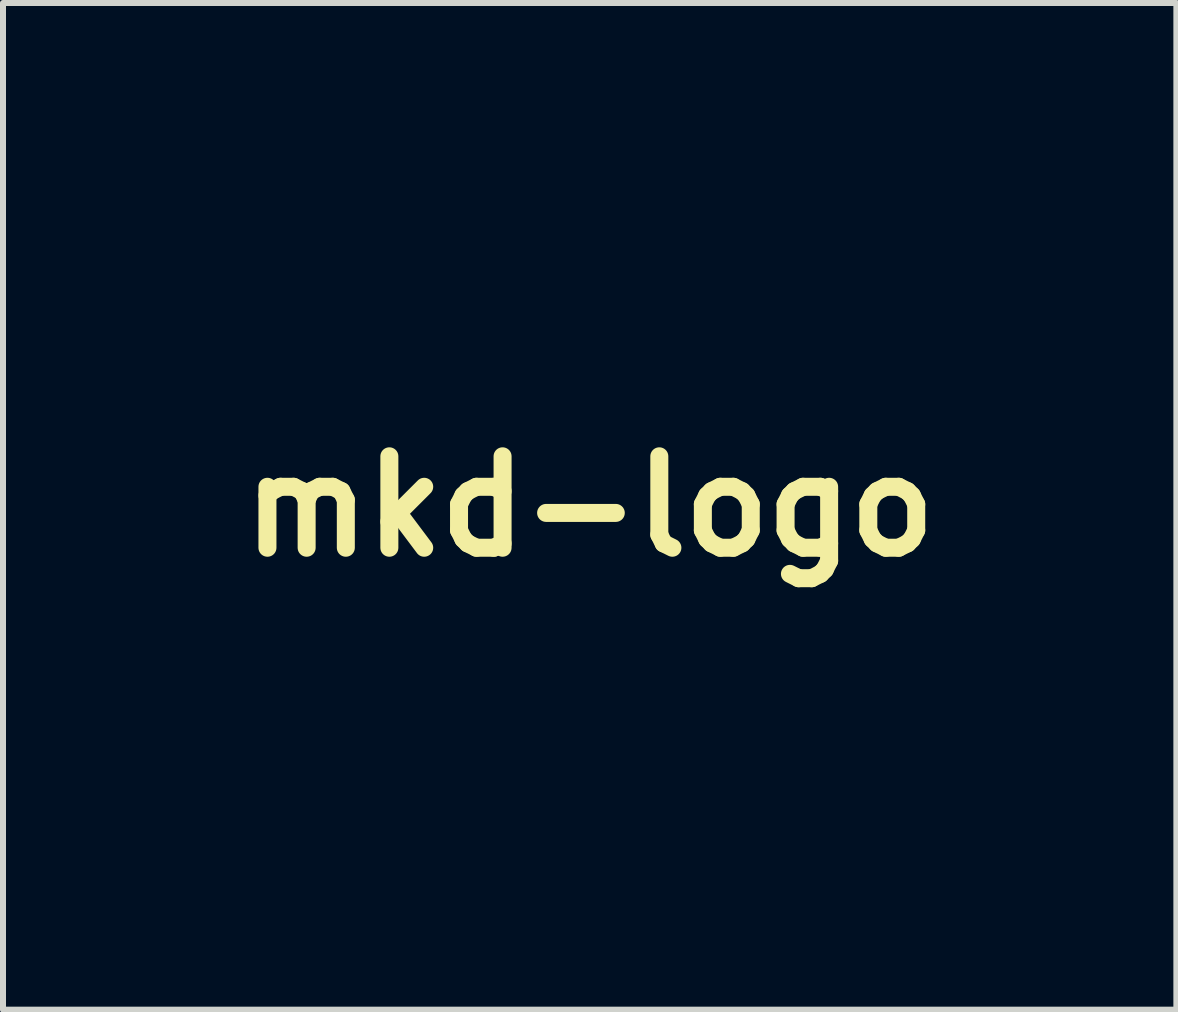
<source format=kicad_pcb>
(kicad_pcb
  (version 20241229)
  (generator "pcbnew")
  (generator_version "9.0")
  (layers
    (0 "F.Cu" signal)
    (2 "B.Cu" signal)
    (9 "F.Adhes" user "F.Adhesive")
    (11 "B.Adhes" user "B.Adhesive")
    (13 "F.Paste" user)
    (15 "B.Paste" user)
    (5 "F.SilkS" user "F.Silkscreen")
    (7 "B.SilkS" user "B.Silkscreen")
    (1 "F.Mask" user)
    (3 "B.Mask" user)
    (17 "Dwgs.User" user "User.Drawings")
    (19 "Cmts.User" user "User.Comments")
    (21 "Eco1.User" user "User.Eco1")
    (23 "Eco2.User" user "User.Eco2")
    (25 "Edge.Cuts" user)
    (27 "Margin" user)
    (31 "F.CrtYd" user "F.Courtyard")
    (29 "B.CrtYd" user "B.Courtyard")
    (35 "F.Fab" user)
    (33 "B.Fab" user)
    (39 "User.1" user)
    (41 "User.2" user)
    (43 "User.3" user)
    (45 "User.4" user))
  (footprint "mkd-logo"
    (layer "F.Cu")
    (at 6.778 5.39)
    (property "Reference" "mkd-logo" (at 0 0 0) (layer "F.SilkS") (effects (font (size 1.524 1.524) (thickness 0.3))))
    (attr through_hole)
    (fp_poly (pts (xy 0.991 2.805) (xy 1.05 2.805) (xy 1.103 2.806) (xy 1.149 2.806) (xy 1.19 2.806) (xy 1.227 2.806) (xy 1.258 2.807) (xy 1.286 2.807) (xy 1.311 2.808) (xy 1.332 2.808) (xy 1.351 2.809) (xy 1.367 2.81) (xy 1.382 2.811) (xy 1.396 2.813) (xy 1.409 2.814) (xy 1.422 2.816) (xy 1.435 2.818) (xy 1.449 2.82) (xy 1.464 2.823) (xy 1.473 2.825) (xy 1.546 2.84) (xy 1.618 2.862) (xy 1.689 2.888) (xy 1.758 2.918) (xy 1.824 2.953) (xy 1.885 2.991) (xy 1.918 3.015) (xy 1.961 3.051) (xy 2.002 3.091) (xy 2.042 3.137) (xy 2.08 3.186) (xy 2.115 3.237) (xy 2.145 3.289) (xy 2.17 3.341) (xy 2.179 3.362) (xy 2.192 3.398) (xy 2.205 3.437) (xy 2.217 3.477) (xy 2.228 3.517) (xy 2.237 3.555) (xy 2.244 3.59) (xy 2.247 3.605) (xy 2.252 3.65) (xy 2.257 3.698) (xy 2.259 3.747) (xy 2.26 3.796) (xy 2.26 3.843) (xy 2.257 3.886) (xy 2.254 3.918) (xy 2.242 3.997) (xy 2.224 4.072) (xy 2.201 4.143) (xy 2.173 4.21) (xy 2.14 4.273) (xy 2.102 4.332) (xy 2.1 4.336) (xy 2.07 4.373) (xy 2.036 4.412) (xy 1.997 4.45) (xy 1.956 4.487) (xy 1.913 4.522) (xy 1.903 4.53) (xy 1.841 4.572) (xy 1.775 4.609) (xy 1.705 4.641) (xy 1.632 4.667) (xy 1.556 4.689) (xy 1.477 4.704) (xy 1.399 4.714) (xy 1.389 4.715) (xy 1.372 4.715) (xy 1.35 4.716) (xy 1.322 4.716) (xy 1.288 4.717) (xy 1.249 4.717) (xy 1.205 4.717) (xy 1.156 4.717) (xy 1.104 4.717) (xy 1.047 4.718) (xy 0.997 4.718) (xy 0.633 4.718) (xy 0.633 4.352) (xy 1.013 4.352) (xy 1.149 4.352) (xy 1.181 4.352) (xy 1.212 4.352) (xy 1.241 4.351) (xy 1.268 4.351) (xy 1.291 4.35) (xy 1.31 4.349) (xy 1.323 4.348) (xy 1.324 4.348) (xy 1.352 4.345) (xy 1.382 4.341) (xy 1.413 4.336) (xy 1.442 4.331) (xy 1.468 4.325) (xy 1.487 4.32) (xy 1.525 4.307) (xy 1.565 4.29) (xy 1.604 4.27) (xy 1.641 4.248) (xy 1.659 4.236) (xy 1.69 4.212) (xy 1.721 4.183) (xy 1.75 4.151) (xy 1.776 4.118) (xy 1.797 4.085) (xy 1.804 4.072) (xy 1.818 4.042) (xy 1.831 4.007) (xy 1.843 3.968) (xy 1.854 3.928) (xy 1.863 3.887) (xy 1.868 3.855) (xy 1.872 3.807) (xy 1.873 3.758) (xy 1.871 3.707) (xy 1.866 3.656) (xy 1.858 3.607) (xy 1.847 3.56) (xy 1.834 3.517) (xy 1.819 3.479) (xy 1.815 3.471) (xy 1.791 3.427) (xy 1.762 3.386) (xy 1.731 3.347) (xy 1.698 3.313) (xy 1.664 3.283) (xy 1.639 3.265) (xy 1.608 3.246) (xy 1.579 3.23) (xy 1.55 3.216) (xy 1.52 3.204) (xy 1.488 3.194) (xy 1.451 3.184) (xy 1.424 3.178) (xy 1.367 3.165) (xy 1.19 3.164) (xy 1.013 3.163) (xy 1.013 4.352) (xy 0.633 4.352) (xy 0.633 2.804) (xy 0.991 2.805)) (stroke (width 0.01) (type solid)) (fill no) (layer "Eco2.User"))
    (fp_poly (pts (xy 0.169 -0.564) (xy 0.169 -0.503) (xy 0.169 -0.449) (xy 0.17 -0.401) (xy 0.17 -0.359) (xy 0.17 -0.323) (xy 0.17 -0.292) (xy 0.171 -0.268) (xy 0.171 -0.248) (xy 0.172 -0.234) (xy 0.172 -0.225) (xy 0.173 -0.22) (xy 0.173 -0.219) (xy 0.174 -0.216) (xy 0.175 -0.208) (xy 0.173 -0.194) (xy 0.171 -0.182) (xy 0.169 -0.166) (xy 0.167 -0.153) (xy 0.166 -0.143) (xy 0.166 -0.14) (xy 0.168 -0.14) (xy 0.173 -0.145) (xy 0.18 -0.154) (xy 0.188 -0.164) (xy 0.193 -0.17) (xy 0.202 -0.181) (xy 0.215 -0.197) (xy 0.232 -0.216) (xy 0.252 -0.239) (xy 0.275 -0.266) (xy 0.301 -0.296) (xy 0.329 -0.329) (xy 0.36 -0.364) (xy 0.393 -0.401) (xy 0.427 -0.441) (xy 0.463 -0.482) (xy 0.5 -0.524) (xy 0.524 -0.551) (xy 0.838 -0.907) (xy 1.083 -0.907) (xy 1.136 -0.907) (xy 1.182 -0.907) (xy 1.223 -0.907) (xy 1.256 -0.907) (xy 1.284 -0.906) (xy 1.304 -0.906) (xy 1.318 -0.905) (xy 1.326 -0.905) (xy 1.327 -0.904) (xy 1.325 -0.901) (xy 1.318 -0.894) (xy 1.307 -0.882) (xy 1.292 -0.866) (xy 1.274 -0.846) (xy 1.252 -0.822) (xy 1.227 -0.794) (xy 1.199 -0.764) (xy 1.169 -0.731) (xy 1.136 -0.694) (xy 1.1 -0.656) (xy 1.063 -0.615) (xy 1.024 -0.573) (xy 0.984 -0.529) (xy 0.942 -0.483) (xy 0.935 -0.476) (xy 0.893 -0.43) (xy 0.852 -0.386) (xy 0.813 -0.343) (xy 0.775 -0.302) (xy 0.74 -0.263) (xy 0.706 -0.227) (xy 0.675 -0.193) (xy 0.647 -0.162) (xy 0.622 -0.134) (xy 0.599 -0.11) (xy 0.581 -0.089) (xy 0.565 -0.072) (xy 0.554 -0.059) (xy 0.547 -0.051) (xy 0.544 -0.048) (xy 0.544 -0.048) (xy 0.546 -0.045) (xy 0.551 -0.036) (xy 0.561 -0.023) (xy 0.574 -0.006) (xy 0.59 0.016) (xy 0.61 0.042) (xy 0.632 0.072) (xy 0.657 0.106) (xy 0.685 0.142) (xy 0.715 0.182) (xy 0.747 0.225) (xy 0.781 0.27) (xy 0.816 0.318) (xy 0.854 0.367) (xy 0.892 0.418) (xy 0.932 0.471) (xy 0.939 0.48) (xy 0.979 0.533) (xy 1.018 0.585) (xy 1.055 0.635) (xy 1.091 0.682) (xy 1.125 0.728) (xy 1.157 0.771) (xy 1.188 0.811) (xy 1.216 0.849) (xy 1.241 0.883) (xy 1.264 0.913) (xy 1.284 0.94) (xy 1.301 0.962) (xy 1.315 0.981) (xy 1.325 0.994) (xy 1.332 1.003) (xy 1.334 1.007) (xy 1.334 1.007) (xy 1.331 1.008) (xy 1.322 1.008) (xy 1.306 1.008) (xy 1.286 1.008) (xy 1.261 1.009) (xy 1.232 1.009) (xy 1.199 1.009) (xy 1.163 1.009) (xy 1.125 1.009) (xy 1.093 1.009) (xy 0.852 1.009) (xy 0.577 0.629) (xy 0.544 0.584) (xy 0.512 0.539) (xy 0.481 0.496) (xy 0.451 0.455) (xy 0.423 0.416) (xy 0.397 0.38) (xy 0.373 0.346) (xy 0.351 0.316) (xy 0.332 0.289) (xy 0.315 0.266) (xy 0.302 0.248) (xy 0.292 0.234) (xy 0.285 0.225) (xy 0.283 0.223) (xy 0.264 0.195) (xy 0.216 0.242) (xy 0.169 0.289) (xy 0.169 1.009) (xy -0.217 1.009) (xy -0.217 -0.908) (xy 0.169 -0.908) (xy 0.169 -0.564)) (stroke (width 0.01) (type solid)) (fill no) (layer "Eco2.User"))
    (fp_poly (pts (xy 5.129 2.025) (xy 5.219 2.025) (xy 5.303 2.025) (xy 5.381 2.025) (xy 5.453 2.025) (xy 5.519 2.025) (xy 5.58 2.025) (xy 5.636 2.025) (xy 5.687 2.025) (xy 5.734 2.026) (xy 5.775 2.026) (xy 5.813 2.026) (xy 5.847 2.026) (xy 5.877 2.026) (xy 5.904 2.026) (xy 5.927 2.026) (xy 5.947 2.027) (xy 5.965 2.027) (xy 5.98 2.027) (xy 5.993 2.027) (xy 6.003 2.028) (xy 6.012 2.028) (xy 6.02 2.029) (xy 6.026 2.029) (xy 6.03 2.03) (xy 6.034 2.03) (xy 6.037 2.031) (xy 6.04 2.031) (xy 6.043 2.032) (xy 6.043 2.032) (xy 6.075 2.043) (xy 6.103 2.058) (xy 6.128 2.078) (xy 6.135 2.084) (xy 6.158 2.112) (xy 6.175 2.141) (xy 6.186 2.173) (xy 6.19 2.208) (xy 6.191 2.222) (xy 6.188 2.258) (xy 6.178 2.292) (xy 6.163 2.324) (xy 6.143 2.352) (xy 6.117 2.376) (xy 6.087 2.395) (xy 6.052 2.41) (xy 6.05 2.411) (xy 6.048 2.411) (xy 6.045 2.412) (xy 6.041 2.412) (xy 6.036 2.413) (xy 6.029 2.413) (xy 6.022 2.414) (xy 6.012 2.414) (xy 6 2.414) (xy 5.987 2.415) (xy 5.97 2.415) (xy 5.951 2.415) (xy 5.929 2.415) (xy 5.904 2.416) (xy 5.875 2.416) (xy 5.843 2.416) (xy 5.807 2.416) (xy 5.767 2.416) (xy 5.723 2.417) (xy 5.674 2.417) (xy 5.62 2.417) (xy 5.561 2.417) (xy 5.497 2.417) (xy 5.428 2.417) (xy 5.352 2.418) (xy 5.271 2.418) (xy 5.184 2.418) (xy 5.09 2.418) (xy 5.029 2.418) (xy 4.025 2.42) (xy 3.993 2.431) (xy 3.952 2.449) (xy 3.914 2.472) (xy 3.882 2.5) (xy 3.854 2.532) (xy 3.831 2.57) (xy 3.813 2.611) (xy 3.813 2.611) (xy 3.802 2.643) (xy 3.798 4.645) (xy 3.791 4.667) (xy 3.775 4.701) (xy 3.755 4.732) (xy 3.73 4.757) (xy 3.7 4.778) (xy 3.669 4.792) (xy 3.653 4.797) (xy 3.631 4.8) (xy 3.608 4.801) (xy 3.585 4.801) (xy 3.564 4.799) (xy 3.553 4.797) (xy 3.519 4.784) (xy 3.488 4.766) (xy 3.461 4.742) (xy 3.439 4.714) (xy 3.421 4.68) (xy 3.418 4.671) (xy 3.409 4.648) (xy 3.408 3.663) (xy 3.408 3.556) (xy 3.407 3.455) (xy 3.407 3.361) (xy 3.407 3.274) (xy 3.407 3.192) (xy 3.407 3.117) (xy 3.407 3.048) (xy 3.408 2.984) (xy 3.408 2.927) (xy 3.408 2.875) (xy 3.408 2.828) (xy 3.408 2.787) (xy 3.408 2.751) (xy 3.409 2.72) (xy 3.409 2.694) (xy 3.409 2.672) (xy 3.41 2.656) (xy 3.41 2.643) (xy 3.41 2.636) (xy 3.41 2.635) (xy 3.42 2.569) (xy 3.435 2.504) (xy 3.457 2.442) (xy 3.485 2.383) (xy 3.518 2.327) (xy 3.556 2.274) (xy 3.6 2.225) (xy 3.649 2.18) (xy 3.703 2.14) (xy 3.739 2.117) (xy 3.796 2.087) (xy 3.856 2.063) (xy 3.918 2.045) (xy 3.983 2.032) (xy 4.013 2.029) (xy 4.02 2.028) (xy 4.034 2.028) (xy 4.054 2.028) (xy 4.081 2.027) (xy 4.114 2.027) (xy 4.154 2.027) (xy 4.201 2.026) (xy 4.254 2.026) (xy 4.313 2.026) (xy 4.379 2.026) (xy 4.452 2.026) (xy 4.532 2.026) (xy 4.618 2.025) (xy 4.711 2.025) (xy 4.81 2.025) (xy 4.916 2.025) (xy 5.03 2.025) (xy 5.032 2.025) (xy 5.129 2.025)) (stroke (width 0.01) (type solid)) (fill no) (layer "Eco2.User"))
    (fp_poly (pts (xy -0.412 -4.676) (xy -0.411 -4.675) (xy -0.411 -4.674) (xy -0.41 -4.671) (xy -0.41 -4.667) (xy -0.409 -4.661) (xy -0.409 -4.654) (xy -0.409 -4.644) (xy -0.408 -4.633) (xy -0.408 -4.618) (xy -0.408 -4.602) (xy -0.408 -4.582) (xy -0.407 -4.559) (xy -0.407 -4.533) (xy -0.407 -4.503) (xy -0.407 -4.469) (xy -0.407 -4.431) (xy -0.407 -4.389) (xy -0.407 -4.343) (xy -0.407 -4.291) (xy -0.407 -4.235) (xy -0.406 -4.174) (xy -0.406 -4.107) (xy -0.406 -4.034) (xy -0.406 -3.956) (xy -0.406 -3.872) (xy -0.406 -3.781) (xy -0.406 -3.684) (xy -0.406 -2.686) (xy -0.786 -2.686) (xy -0.787 -3.145) (xy -0.787 -3.605) (xy -1.097 -3.162) (xy -1.132 -3.113) (xy -1.165 -3.066) (xy -1.197 -3.02) (xy -1.228 -2.976) (xy -1.257 -2.935) (xy -1.284 -2.896) (xy -1.309 -2.861) (xy -1.331 -2.829) (xy -1.352 -2.8) (xy -1.369 -2.775) (xy -1.384 -2.755) (xy -1.395 -2.739) (xy -1.403 -2.727) (xy -1.408 -2.721) (xy -1.409 -2.72) (xy -1.411 -2.723) (xy -1.417 -2.73) (xy -1.426 -2.743) (xy -1.439 -2.76) (xy -1.455 -2.782) (xy -1.474 -2.808) (xy -1.495 -2.837) (xy -1.519 -2.87) (xy -1.545 -2.905) (xy -1.574 -2.944) (xy -1.604 -2.985) (xy -1.635 -3.028) (xy -1.668 -3.073) (xy -1.702 -3.12) (xy -1.71 -3.131) (xy -2.01 -3.542) (xy -2.011 -3.114) (xy -2.012 -2.686) (xy -2.377 -2.686) (xy -2.377 -3.682) (xy -2.377 -3.768) (xy -2.377 -3.853) (xy -2.377 -3.934) (xy -2.377 -4.013) (xy -2.377 -4.088) (xy -2.377 -4.16) (xy -2.377 -4.228) (xy -2.377 -4.292) (xy -2.377 -4.352) (xy -2.377 -4.408) (xy -2.376 -4.459) (xy -2.376 -4.505) (xy -2.376 -4.547) (xy -2.376 -4.583) (xy -2.376 -4.613) (xy -2.375 -4.638) (xy -2.375 -4.656) (xy -2.375 -4.669) (xy -2.375 -4.675) (xy -2.374 -4.676) (xy -2.372 -4.673) (xy -2.366 -4.664) (xy -2.357 -4.651) (xy -2.344 -4.633) (xy -2.328 -4.61) (xy -2.309 -4.583) (xy -2.287 -4.552) (xy -2.262 -4.517) (xy -2.234 -4.479) (xy -2.205 -4.436) (xy -2.173 -4.391) (xy -2.139 -4.343) (xy -2.103 -4.292) (xy -2.065 -4.239) (xy -2.026 -4.183) (xy -1.985 -4.126) (xy -1.944 -4.066) (xy -1.901 -4.005) (xy -1.889 -3.99) (xy -1.834 -3.911) (xy -1.782 -3.837) (xy -1.733 -3.767) (xy -1.687 -3.702) (xy -1.644 -3.642) (xy -1.605 -3.587) (xy -1.569 -3.536) (xy -1.536 -3.49) (xy -1.507 -3.449) (xy -1.482 -3.414) (xy -1.459 -3.383) (xy -1.441 -3.357) (xy -1.426 -3.337) (xy -1.415 -3.322) (xy -1.408 -3.313) (xy -1.405 -3.309) (xy -1.404 -3.309) (xy -1.402 -3.312) (xy -1.396 -3.32) (xy -1.386 -3.333) (xy -1.373 -3.351) (xy -1.357 -3.374) (xy -1.337 -3.401) (xy -1.315 -3.432) (xy -1.29 -3.467) (xy -1.262 -3.505) (xy -1.232 -3.547) (xy -1.199 -3.592) (xy -1.164 -3.64) (xy -1.128 -3.691) (xy -1.09 -3.744) (xy -1.05 -3.799) (xy -1.009 -3.856) (xy -0.966 -3.915) (xy -0.922 -3.976) (xy -0.91 -3.994) (xy -0.865 -4.055) (xy -0.821 -4.116) (xy -0.779 -4.174) (xy -0.738 -4.231) (xy -0.699 -4.285) (xy -0.662 -4.336) (xy -0.626 -4.385) (xy -0.593 -4.431) (xy -0.562 -4.474) (xy -0.533 -4.513) (xy -0.507 -4.548) (xy -0.484 -4.58) (xy -0.464 -4.608) (xy -0.447 -4.631) (xy -0.433 -4.65) (xy -0.422 -4.664) (xy -0.415 -4.673) (xy -0.412 -4.676) (xy -0.412 -4.676) (xy -0.412 -4.676)) (stroke (width 0.01) (type solid)) (fill no) (layer "Eco2.User"))
    (fp_poly (pts (xy -2.864 -4.802) (xy -2.843 -4.8) (xy -2.827 -4.797) (xy -2.793 -4.785) (xy -2.763 -4.767) (xy -2.736 -4.744) (xy -2.714 -4.716) (xy -2.696 -4.684) (xy -2.69 -4.668) (xy -2.681 -4.641) (xy -2.679 -3.675) (xy -2.679 -3.574) (xy -2.678 -3.481) (xy -2.678 -3.394) (xy -2.678 -3.313) (xy -2.678 -3.238) (xy -2.678 -3.169) (xy -2.677 -3.105) (xy -2.677 -3.047) (xy -2.677 -2.994) (xy -2.677 -2.946) (xy -2.676 -2.903) (xy -2.676 -2.864) (xy -2.676 -2.83) (xy -2.676 -2.801) (xy -2.675 -2.775) (xy -2.675 -2.753) (xy -2.675 -2.735) (xy -2.674 -2.72) (xy -2.674 -2.709) (xy -2.674 -2.701) (xy -2.673 -2.695) (xy -2.673 -2.692) (xy -2.659 -2.65) (xy -2.644 -2.613) (xy -2.626 -2.58) (xy -2.604 -2.549) (xy -2.583 -2.524) (xy -2.55 -2.493) (xy -2.512 -2.466) (xy -2.47 -2.443) (xy -2.426 -2.426) (xy -2.413 -2.422) (xy -2.379 -2.413) (xy -0.445 -2.41) (xy -0.42 -2.4) (xy -0.388 -2.385) (xy -0.359 -2.365) (xy -0.334 -2.341) (xy -0.315 -2.314) (xy -0.308 -2.301) (xy -0.295 -2.266) (xy -0.289 -2.231) (xy -0.289 -2.196) (xy -0.295 -2.162) (xy -0.307 -2.13) (xy -0.325 -2.099) (xy -0.345 -2.076) (xy -0.372 -2.054) (xy -0.4 -2.037) (xy -0.433 -2.026) (xy -0.436 -2.025) (xy -0.438 -2.024) (xy -0.441 -2.024) (xy -0.444 -2.023) (xy -0.448 -2.023) (xy -0.453 -2.022) (xy -0.459 -2.022) (xy -0.466 -2.021) (xy -0.475 -2.021) (xy -0.486 -2.021) (xy -0.498 -2.02) (xy -0.513 -2.02) (xy -0.531 -2.02) (xy -0.552 -2.02) (xy -0.575 -2.019) (xy -0.602 -2.019) (xy -0.632 -2.019) (xy -0.666 -2.019) (xy -0.704 -2.019) (xy -0.746 -2.019) (xy -0.793 -2.019) (xy -0.844 -2.019) (xy -0.901 -2.019) (xy -0.962 -2.019) (xy -1.029 -2.019) (xy -1.102 -2.019) (xy -1.18 -2.019) (xy -1.265 -2.019) (xy -1.356 -2.019) (xy -1.414 -2.019) (xy -1.494 -2.019) (xy -1.573 -2.019) (xy -1.649 -2.019) (xy -1.724 -2.019) (xy -1.796 -2.019) (xy -1.866 -2.019) (xy -1.932 -2.02) (xy -1.995 -2.02) (xy -2.055 -2.02) (xy -2.111 -2.02) (xy -2.163 -2.02) (xy -2.21 -2.021) (xy -2.253 -2.021) (xy -2.29 -2.021) (xy -2.323 -2.021) (xy -2.35 -2.021) (xy -2.371 -2.022) (xy -2.386 -2.022) (xy -2.394 -2.022) (xy -2.396 -2.022) (xy -2.463 -2.032) (xy -2.53 -2.048) (xy -2.596 -2.071) (xy -2.66 -2.099) (xy -2.721 -2.134) (xy -2.78 -2.173) (xy -2.782 -2.175) (xy -2.799 -2.189) (xy -2.82 -2.208) (xy -2.842 -2.229) (xy -2.864 -2.251) (xy -2.885 -2.273) (xy -2.904 -2.294) (xy -2.919 -2.313) (xy -2.921 -2.316) (xy -2.957 -2.368) (xy -2.987 -2.42) (xy -3.013 -2.475) (xy -3.034 -2.531) (xy -3.051 -2.592) (xy -3.062 -2.643) (xy -3.07 -2.681) (xy -3.071 -3.657) (xy -3.071 -3.754) (xy -3.071 -3.845) (xy -3.071 -3.929) (xy -3.071 -4.008) (xy -3.071 -4.08) (xy -3.071 -4.147) (xy -3.071 -4.208) (xy -3.071 -4.264) (xy -3.071 -4.316) (xy -3.071 -4.362) (xy -3.071 -4.404) (xy -3.071 -4.442) (xy -3.071 -4.476) (xy -3.071 -4.506) (xy -3.07 -4.533) (xy -3.07 -4.556) (xy -3.07 -4.576) (xy -3.07 -4.593) (xy -3.07 -4.608) (xy -3.069 -4.62) (xy -3.069 -4.63) (xy -3.068 -4.638) (xy -3.068 -4.644) (xy -3.068 -4.649) (xy -3.067 -4.652) (xy -3.067 -4.655) (xy -3.055 -4.688) (xy -3.037 -4.718) (xy -3.015 -4.745) (xy -2.988 -4.768) (xy -2.958 -4.786) (xy -2.926 -4.797) (xy -2.908 -4.8) (xy -2.887 -4.802) (xy -2.864 -4.802)) (stroke (width 0.01) (type solid)) (fill no) (layer "Eco2.User"))
    (fp_poly (pts (xy 6.613 2.604) (xy 6.647 2.614) (xy 6.678 2.629) (xy 6.705 2.649) (xy 6.73 2.673) (xy 6.749 2.701) (xy 6.763 2.733) (xy 6.765 2.737) (xy 6.773 2.764) (xy 6.773 3.767) (xy 6.773 3.866) (xy 6.773 3.958) (xy 6.773 4.045) (xy 6.773 4.125) (xy 6.773 4.199) (xy 6.773 4.268) (xy 6.773 4.332) (xy 6.773 4.39) (xy 6.773 4.444) (xy 6.773 4.493) (xy 6.773 4.537) (xy 6.773 4.578) (xy 6.772 4.614) (xy 6.772 4.647) (xy 6.772 4.676) (xy 6.771 4.702) (xy 6.771 4.725) (xy 6.77 4.746) (xy 6.77 4.764) (xy 6.769 4.779) (xy 6.768 4.793) (xy 6.767 4.805) (xy 6.766 4.815) (xy 6.765 4.824) (xy 6.764 4.832) (xy 6.763 4.839) (xy 6.762 4.846) (xy 6.76 4.852) (xy 6.759 4.858) (xy 6.757 4.864) (xy 6.755 4.871) (xy 6.753 4.878) (xy 6.753 4.88) (xy 6.732 4.944) (xy 6.706 5.006) (xy 6.673 5.064) (xy 6.635 5.119) (xy 6.592 5.17) (xy 6.576 5.185) (xy 6.527 5.23) (xy 6.473 5.269) (xy 6.415 5.303) (xy 6.354 5.331) (xy 6.289 5.354) (xy 6.237 5.367) (xy 6.196 5.376) (xy 4.157 5.378) (xy 4.13 5.369) (xy 4.097 5.354) (xy 4.067 5.334) (xy 4.042 5.309) (xy 4.022 5.279) (xy 4.018 5.271) (xy 4.005 5.237) (xy 3.998 5.202) (xy 3.998 5.166) (xy 4.004 5.131) (xy 4.018 5.096) (xy 4.019 5.094) (xy 4.036 5.066) (xy 4.059 5.041) (xy 4.087 5.02) (xy 4.117 5.003) (xy 4.137 4.995) (xy 4.139 4.994) (xy 4.143 4.994) (xy 4.15 4.994) (xy 4.159 4.993) (xy 4.17 4.993) (xy 4.185 4.992) (xy 4.202 4.992) (xy 4.223 4.992) (xy 4.247 4.992) (xy 4.275 4.991) (xy 4.307 4.991) (xy 4.342 4.991) (xy 4.382 4.991) (xy 4.427 4.99) (xy 4.476 4.99) (xy 4.53 4.99) (xy 4.59 4.99) (xy 4.654 4.99) (xy 4.725 4.989) (xy 4.801 4.989) (xy 4.882 4.989) (xy 4.971 4.989) (xy 5.065 4.989) (xy 5.149 4.989) (xy 6.148 4.987) (xy 6.178 4.978) (xy 6.221 4.961) (xy 6.259 4.939) (xy 6.293 4.913) (xy 6.322 4.882) (xy 6.346 4.847) (xy 6.356 4.826) (xy 6.363 4.81) (xy 6.37 4.793) (xy 6.375 4.778) (xy 6.376 4.775) (xy 6.376 4.773) (xy 6.377 4.77) (xy 6.378 4.767) (xy 6.378 4.763) (xy 6.378 4.757) (xy 6.379 4.751) (xy 6.379 4.743) (xy 6.38 4.733) (xy 6.38 4.721) (xy 6.38 4.707) (xy 6.381 4.691) (xy 6.381 4.671) (xy 6.381 4.649) (xy 6.381 4.624) (xy 6.382 4.595) (xy 6.382 4.563) (xy 6.382 4.526) (xy 6.382 4.486) (xy 6.382 4.441) (xy 6.383 4.392) (xy 6.383 4.338) (xy 6.383 4.279) (xy 6.383 4.215) (xy 6.383 4.145) (xy 6.383 4.07) (xy 6.383 3.988) (xy 6.384 3.901) (xy 6.384 3.806) (xy 6.384 3.754) (xy 6.384 3.654) (xy 6.384 3.561) (xy 6.384 3.473) (xy 6.385 3.392) (xy 6.385 3.317) (xy 6.385 3.248) (xy 6.385 3.184) (xy 6.385 3.126) (xy 6.386 3.072) (xy 6.386 3.024) (xy 6.386 2.98) (xy 6.386 2.941) (xy 6.386 2.906) (xy 6.387 2.875) (xy 6.387 2.847) (xy 6.387 2.824) (xy 6.388 2.804) (xy 6.388 2.787) (xy 6.388 2.773) (xy 6.389 2.762) (xy 6.389 2.753) (xy 6.389 2.747) (xy 6.39 2.743) (xy 6.39 2.742) (xy 6.405 2.708) (xy 6.424 2.679) (xy 6.448 2.653) (xy 6.475 2.632) (xy 6.506 2.616) (xy 6.539 2.605) (xy 6.573 2.601) (xy 6.579 2.601) (xy 6.613 2.604)) (stroke (width 0.01) (type solid)) (fill no) (layer "Eco2.User"))
    (fp_poly (pts (xy -3.585 -4.802) (xy -3.563 -4.799) (xy -3.554 -4.797) (xy -3.52 -4.785) (xy -3.49 -4.767) (xy -3.463 -4.744) (xy -3.441 -4.716) (xy -3.422 -4.683) (xy -3.418 -4.671) (xy -3.409 -4.648) (xy -3.408 -3.661) (xy -3.408 -3.552) (xy -3.408 -3.449) (xy -3.407 -3.353) (xy -3.407 -3.263) (xy -3.407 -3.18) (xy -3.407 -3.103) (xy -3.408 -3.032) (xy -3.408 -2.968) (xy -3.408 -2.909) (xy -3.408 -2.856) (xy -3.408 -2.809) (xy -3.408 -2.768) (xy -3.409 -2.733) (xy -3.409 -2.703) (xy -3.409 -2.678) (xy -3.409 -2.659) (xy -3.41 -2.645) (xy -3.41 -2.637) (xy -3.41 -2.635) (xy -3.413 -2.615) (xy -3.416 -2.592) (xy -3.419 -2.571) (xy -3.421 -2.562) (xy -3.437 -2.498) (xy -3.459 -2.436) (xy -3.487 -2.378) (xy -3.521 -2.323) (xy -3.559 -2.271) (xy -3.602 -2.223) (xy -3.65 -2.18) (xy -3.702 -2.141) (xy -3.757 -2.107) (xy -3.816 -2.079) (xy -3.878 -2.056) (xy -3.903 -2.049) (xy -3.911 -2.047) (xy -3.918 -2.045) (xy -3.924 -2.043) (xy -3.93 -2.041) (xy -3.936 -2.04) (xy -3.942 -2.038) (xy -3.948 -2.037) (xy -3.955 -2.036) (xy -3.963 -2.035) (xy -3.972 -2.034) (xy -3.983 -2.033) (xy -3.995 -2.032) (xy -4.008 -2.031) (xy -4.024 -2.03) (xy -4.042 -2.03) (xy -4.063 -2.029) (xy -4.086 -2.029) (xy -4.112 -2.028) (xy -4.142 -2.028) (xy -4.175 -2.028) (xy -4.212 -2.027) (xy -4.253 -2.027) (xy -4.298 -2.027) (xy -4.347 -2.027) (xy -4.401 -2.027) (xy -4.46 -2.027) (xy -4.524 -2.027) (xy -4.594 -2.027) (xy -4.669 -2.027) (xy -4.75 -2.026) (xy -4.837 -2.026) (xy -4.93 -2.026) (xy -5.012 -2.026) (xy -5.11 -2.026) (xy -5.202 -2.026) (xy -5.287 -2.026) (xy -5.365 -2.026) (xy -5.439 -2.026) (xy -5.506 -2.026) (xy -5.568 -2.026) (xy -5.625 -2.026) (xy -5.677 -2.026) (xy -5.725 -2.026) (xy -5.768 -2.026) (xy -5.806 -2.026) (xy -5.841 -2.026) (xy -5.872 -2.026) (xy -5.899 -2.027) (xy -5.924 -2.027) (xy -5.945 -2.027) (xy -5.963 -2.027) (xy -5.979 -2.027) (xy -5.992 -2.028) (xy -6.003 -2.028) (xy -6.013 -2.028) (xy -6.02 -2.029) (xy -6.026 -2.029) (xy -6.031 -2.03) (xy -6.035 -2.03) (xy -6.039 -2.031) (xy -6.042 -2.031) (xy -6.044 -2.032) (xy -6.045 -2.032) (xy -6.079 -2.044) (xy -6.109 -2.062) (xy -6.136 -2.085) (xy -6.158 -2.112) (xy -6.175 -2.143) (xy -6.186 -2.174) (xy -6.19 -2.197) (xy -6.191 -2.224) (xy -6.189 -2.251) (xy -6.184 -2.276) (xy -6.18 -2.29) (xy -6.163 -2.323) (xy -6.142 -2.352) (xy -6.116 -2.377) (xy -6.085 -2.396) (xy -6.055 -2.409) (xy -6.033 -2.416) (xy -5.029 -2.418) (xy -4.025 -2.42) (xy -3.993 -2.431) (xy -3.951 -2.449) (xy -3.914 -2.472) (xy -3.881 -2.499) (xy -3.854 -2.532) (xy -3.831 -2.569) (xy -3.813 -2.611) (xy -3.813 -2.611) (xy -3.802 -2.643) (xy -3.8 -3.644) (xy -3.8 -3.742) (xy -3.8 -3.833) (xy -3.799 -3.917) (xy -3.799 -3.996) (xy -3.799 -4.069) (xy -3.799 -4.136) (xy -3.799 -4.198) (xy -3.799 -4.255) (xy -3.798 -4.306) (xy -3.798 -4.354) (xy -3.798 -4.396) (xy -3.798 -4.435) (xy -3.798 -4.469) (xy -3.798 -4.5) (xy -3.797 -4.527) (xy -3.797 -4.55) (xy -3.797 -4.571) (xy -3.797 -4.589) (xy -3.796 -4.604) (xy -3.796 -4.617) (xy -3.796 -4.628) (xy -3.795 -4.637) (xy -3.795 -4.644) (xy -3.794 -4.649) (xy -3.794 -4.654) (xy -3.793 -4.657) (xy -3.793 -4.66) (xy -3.792 -4.662) (xy -3.792 -4.663) (xy -3.777 -4.697) (xy -3.757 -4.728) (xy -3.733 -4.754) (xy -3.705 -4.775) (xy -3.673 -4.79) (xy -3.652 -4.797) (xy -3.632 -4.801) (xy -3.609 -4.802) (xy -3.585 -4.802)) (stroke (width 0.01) (type solid)) (fill no) (layer "Eco2.User"))
    (fp_poly (pts (xy 1.518 2.018) (xy 1.623 2.019) (xy 1.721 2.019) (xy 1.813 2.019) (xy 1.897 2.019) (xy 1.975 2.019) (xy 2.046 2.019) (xy 2.111 2.019) (xy 2.169 2.02) (xy 2.22 2.02) (xy 2.264 2.02) (xy 2.302 2.02) (xy 2.333 2.021) (xy 2.358 2.021) (xy 2.376 2.021) (xy 2.388 2.022) (xy 2.391 2.022) (xy 2.461 2.032) (xy 2.529 2.048) (xy 2.595 2.07) (xy 2.658 2.098) (xy 2.718 2.132) (xy 2.775 2.171) (xy 2.829 2.215) (xy 2.878 2.264) (xy 2.922 2.318) (xy 2.951 2.359) (xy 2.983 2.414) (xy 3.011 2.472) (xy 3.034 2.531) (xy 3.048 2.58) (xy 3.05 2.588) (xy 3.052 2.596) (xy 3.054 2.602) (xy 3.056 2.609) (xy 3.057 2.615) (xy 3.059 2.621) (xy 3.06 2.628) (xy 3.061 2.636) (xy 3.062 2.644) (xy 3.063 2.654) (xy 3.064 2.664) (xy 3.065 2.677) (xy 3.066 2.691) (xy 3.067 2.708) (xy 3.067 2.726) (xy 3.068 2.748) (xy 3.068 2.772) (xy 3.068 2.799) (xy 3.069 2.83) (xy 3.069 2.864) (xy 3.069 2.902) (xy 3.07 2.944) (xy 3.07 2.99) (xy 3.07 3.041) (xy 3.07 3.096) (xy 3.07 3.157) (xy 3.07 3.223) (xy 3.07 3.294) (xy 3.07 3.371) (xy 3.07 3.454) (xy 3.071 3.544) (xy 3.071 3.64) (xy 3.071 3.659) (xy 3.071 3.756) (xy 3.071 3.847) (xy 3.071 3.931) (xy 3.071 4.009) (xy 3.071 4.081) (xy 3.071 4.148) (xy 3.071 4.209) (xy 3.071 4.266) (xy 3.071 4.317) (xy 3.071 4.363) (xy 3.071 4.405) (xy 3.071 4.443) (xy 3.071 4.477) (xy 3.071 4.507) (xy 3.07 4.533) (xy 3.07 4.556) (xy 3.07 4.576) (xy 3.07 4.593) (xy 3.069 4.608) (xy 3.069 4.62) (xy 3.069 4.63) (xy 3.068 4.638) (xy 3.068 4.644) (xy 3.068 4.649) (xy 3.067 4.652) (xy 3.067 4.655) (xy 3.055 4.688) (xy 3.037 4.718) (xy 3.015 4.745) (xy 2.988 4.768) (xy 2.958 4.786) (xy 2.926 4.797) (xy 2.91 4.8) (xy 2.889 4.802) (xy 2.867 4.802) (xy 2.846 4.8) (xy 2.828 4.798) (xy 2.825 4.797) (xy 2.792 4.785) (xy 2.762 4.767) (xy 2.736 4.743) (xy 2.713 4.715) (xy 2.696 4.683) (xy 2.69 4.668) (xy 2.681 4.641) (xy 2.679 3.675) (xy 2.679 3.574) (xy 2.678 3.481) (xy 2.678 3.394) (xy 2.678 3.313) (xy 2.678 3.238) (xy 2.678 3.169) (xy 2.677 3.105) (xy 2.677 3.047) (xy 2.677 2.994) (xy 2.677 2.946) (xy 2.676 2.903) (xy 2.676 2.864) (xy 2.676 2.83) (xy 2.676 2.801) (xy 2.675 2.775) (xy 2.675 2.753) (xy 2.675 2.735) (xy 2.674 2.72) (xy 2.674 2.709) (xy 2.674 2.701) (xy 2.673 2.695) (xy 2.673 2.692) (xy 2.659 2.65) (xy 2.644 2.613) (xy 2.626 2.58) (xy 2.604 2.549) (xy 2.583 2.524) (xy 2.55 2.493) (xy 2.512 2.466) (xy 2.47 2.443) (xy 2.426 2.426) (xy 2.413 2.422) (xy 2.379 2.413) (xy 1.412 2.411) (xy 0.445 2.41) (xy 0.42 2.4) (xy 0.387 2.385) (xy 0.358 2.365) (xy 0.333 2.34) (xy 0.313 2.311) (xy 0.299 2.28) (xy 0.29 2.246) (xy 0.288 2.216) (xy 0.289 2.191) (xy 0.293 2.168) (xy 0.301 2.145) (xy 0.309 2.127) (xy 0.327 2.097) (xy 0.35 2.071) (xy 0.378 2.05) (xy 0.409 2.034) (xy 0.436 2.025) (xy 0.438 2.024) (xy 0.441 2.024) (xy 0.444 2.023) (xy 0.448 2.023) (xy 0.453 2.022) (xy 0.459 2.022) (xy 0.466 2.021) (xy 0.475 2.021) (xy 0.486 2.021) (xy 0.499 2.02) (xy 0.514 2.02) (xy 0.532 2.02) (xy 0.552 2.02) (xy 0.576 2.019) (xy 0.603 2.019) (xy 0.633 2.019) (xy 0.668 2.019) (xy 0.706 2.019) (xy 0.748 2.019) (xy 0.795 2.019) (xy 0.847 2.019) (xy 0.904 2.019) (xy 0.966 2.019) (xy 1.033 2.018) (xy 1.106 2.018) (xy 1.185 2.018) (xy 1.27 2.018) (xy 1.407 2.018) (xy 1.518 2.018)) (stroke (width 0.01) (type solid)) (fill no) (layer "Eco2.User"))
    (fp_poly (pts (xy -4.04 -1.683) (xy -3.911 -1.683) (xy -3.789 -1.683) (xy -3.672 -1.683) (xy -3.562 -1.683) (xy -3.458 -1.683) (xy -3.36 -1.683) (xy -3.267 -1.683) (xy -3.18 -1.683) (xy -3.098 -1.683) (xy -3.021 -1.683) (xy -2.949 -1.683) (xy -2.882 -1.683) (xy -2.819 -1.683) (xy -2.761 -1.683) (xy -2.708 -1.683) (xy -2.658 -1.682) (xy -2.612 -1.682) (xy -2.571 -1.682) (xy -2.533 -1.682) (xy -2.498 -1.682) (xy -2.467 -1.682) (xy -2.439 -1.682) (xy -2.414 -1.681) (xy -2.392 -1.681) (xy -2.372 -1.681) (xy -2.355 -1.681) (xy -2.34 -1.68) (xy -2.328 -1.68) (xy -2.317 -1.68) (xy -2.309 -1.68) (xy -2.302 -1.679) (xy -2.296 -1.679) (xy -2.292 -1.679) (xy -2.289 -1.678) (xy -2.288 -1.678) (xy -2.258 -1.668) (xy -2.231 -1.654) (xy -2.207 -1.635) (xy -2.198 -1.626) (xy -2.175 -1.6) (xy -2.158 -1.573) (xy -2.147 -1.544) (xy -2.142 -1.513) (xy -2.14 -1.488) (xy -2.141 -1.472) (xy -2.143 -1.455) (xy -2.145 -1.441) (xy -2.145 -1.438) (xy -2.158 -1.404) (xy -2.175 -1.374) (xy -2.199 -1.347) (xy -2.226 -1.325) (xy -2.258 -1.308) (xy -2.274 -1.302) (xy -2.301 -1.292) (xy -4.181 -1.29) (xy -6.06 -1.289) (xy -6.094 -1.279) (xy -6.142 -1.263) (xy -6.187 -1.24) (xy -6.229 -1.213) (xy -6.266 -1.181) (xy -6.299 -1.145) (xy -6.327 -1.104) (xy -6.35 -1.061) (xy -6.367 -1.014) (xy -6.378 -0.965) (xy -6.38 -0.947) (xy -6.381 -0.94) (xy -6.381 -0.928) (xy -6.381 -0.91) (xy -6.382 -0.885) (xy -6.382 -0.855) (xy -6.382 -0.819) (xy -6.383 -0.777) (xy -6.383 -0.729) (xy -6.383 -0.674) (xy -6.383 -0.614) (xy -6.383 -0.546) (xy -6.384 -0.473) (xy -6.384 -0.393) (xy -6.384 -0.307) (xy -6.384 -0.214) (xy -6.384 -0.114) (xy -6.384 -0.008) (xy -6.384 0.009) (xy -6.384 0.104) (xy -6.384 0.192) (xy -6.384 0.273) (xy -6.384 0.349) (xy -6.384 0.419) (xy -6.384 0.483) (xy -6.384 0.541) (xy -6.384 0.595) (xy -6.384 0.644) (xy -6.384 0.688) (xy -6.384 0.728) (xy -6.385 0.763) (xy -6.385 0.795) (xy -6.385 0.823) (xy -6.385 0.847) (xy -6.385 0.868) (xy -6.386 0.887) (xy -6.386 0.902) (xy -6.386 0.915) (xy -6.387 0.926) (xy -6.387 0.934) (xy -6.388 0.941) (xy -6.388 0.946) (xy -6.388 0.95) (xy -6.389 0.953) (xy -6.389 0.953) (xy -6.401 0.987) (xy -6.419 1.017) (xy -6.441 1.044) (xy -6.468 1.066) (xy -6.498 1.083) (xy -6.531 1.095) (xy -6.534 1.096) (xy -6.558 1.099) (xy -6.585 1.1) (xy -6.612 1.098) (xy -6.626 1.095) (xy -6.656 1.085) (xy -6.683 1.07) (xy -6.709 1.05) (xy -6.716 1.043) (xy -6.74 1.015) (xy -6.757 0.985) (xy -6.769 0.953) (xy -6.77 0.948) (xy -6.77 0.944) (xy -6.771 0.937) (xy -6.771 0.926) (xy -6.771 0.911) (xy -6.772 0.892) (xy -6.772 0.868) (xy -6.772 0.84) (xy -6.772 0.808) (xy -6.772 0.77) (xy -6.773 0.728) (xy -6.773 0.681) (xy -6.773 0.629) (xy -6.773 0.571) (xy -6.773 0.507) (xy -6.773 0.438) (xy -6.773 0.363) (xy -6.773 0.282) (xy -6.773 0.194) (xy -6.773 0.101) (xy -6.773 0.00019) (xy -6.773 -0.036) (xy -6.771 -1.001) (xy -6.764 -1.04) (xy -6.746 -1.113) (xy -6.724 -1.183) (xy -6.695 -1.249) (xy -6.661 -1.311) (xy -6.621 -1.37) (xy -6.576 -1.425) (xy -6.546 -1.456) (xy -6.493 -1.505) (xy -6.436 -1.548) (xy -6.375 -1.586) (xy -6.311 -1.618) (xy -6.244 -1.643) (xy -6.175 -1.663) (xy -6.103 -1.676) (xy -6.087 -1.678) (xy -6.083 -1.679) (xy -6.078 -1.679) (xy -6.072 -1.679) (xy -6.064 -1.68) (xy -6.054 -1.68) (xy -6.043 -1.68) (xy -6.03 -1.68) (xy -6.015 -1.681) (xy -5.997 -1.681) (xy -5.977 -1.681) (xy -5.954 -1.681) (xy -5.928 -1.681) (xy -5.9 -1.682) (xy -5.868 -1.682) (xy -5.833 -1.682) (xy -5.794 -1.682) (xy -5.752 -1.682) (xy -5.706 -1.682) (xy -5.656 -1.682) (xy -5.602 -1.683) (xy -5.543 -1.683) (xy -5.48 -1.683) (xy -5.413 -1.683) (xy -5.341 -1.683) (xy -5.263 -1.683) (xy -5.181 -1.683) (xy -5.093 -1.683) (xy -5 -1.683) (xy -4.902 -1.683) (xy -4.797 -1.683) (xy -4.687 -1.683) (xy -4.57 -1.683) (xy -4.447 -1.683) (xy -4.318 -1.683) (xy -4.182 -1.683) (xy -4.176 -1.683) (xy -4.04 -1.683)) (stroke (width 0.01) (type solid)) (fill no) (layer "Eco2.User"))
    (fp_poly (pts (xy 4.756 -1.676) (xy 4.804 -1.676) (xy 4.849 -1.676) (xy 4.889 -1.676) (xy 4.925 -1.675) (xy 4.957 -1.675) (xy 4.985 -1.675) (xy 5.011 -1.674) (xy 5.033 -1.674) (xy 5.052 -1.673) (xy 5.069 -1.673) (xy 5.083 -1.672) (xy 5.096 -1.671) (xy 5.106 -1.67) (xy 5.114 -1.669) (xy 5.121 -1.668) (xy 5.127 -1.667) (xy 5.132 -1.666) (xy 5.136 -1.664) (xy 5.14 -1.663) (xy 5.143 -1.661) (xy 5.146 -1.659) (xy 5.149 -1.657) (xy 5.153 -1.655) (xy 5.156 -1.654) (xy 5.185 -1.635) (xy 5.21 -1.611) (xy 5.23 -1.583) (xy 5.245 -1.553) (xy 5.255 -1.52) (xy 5.259 -1.486) (xy 5.257 -1.451) (xy 5.254 -1.436) (xy 5.243 -1.403) (xy 5.226 -1.373) (xy 5.204 -1.346) (xy 5.177 -1.322) (xy 5.147 -1.304) (xy 5.115 -1.291) (xy 5.113 -1.291) (xy 5.11 -1.29) (xy 5.107 -1.29) (xy 5.102 -1.289) (xy 5.097 -1.289) (xy 5.09 -1.288) (xy 5.081 -1.288) (xy 5.07 -1.288) (xy 5.057 -1.287) (xy 5.042 -1.287) (xy 5.025 -1.287) (xy 5.004 -1.286) (xy 4.98 -1.286) (xy 4.953 -1.286) (xy 4.923 -1.286) (xy 4.889 -1.286) (xy 4.851 -1.285) (xy 4.808 -1.285) (xy 4.761 -1.285) (xy 4.71 -1.285) (xy 4.653 -1.285) (xy 4.592 -1.285) (xy 4.525 -1.284) (xy 4.452 -1.284) (xy 4.374 -1.284) (xy 4.289 -1.284) (xy 4.198 -1.284) (xy 4.101 -1.284) (xy 4.096 -1.284) (xy 3.097 -1.282) (xy 3.066 -1.271) (xy 3.025 -1.253) (xy 2.988 -1.23) (xy 2.955 -1.202) (xy 2.927 -1.17) (xy 2.905 -1.133) (xy 2.887 -1.092) (xy 2.881 -1.072) (xy 2.874 -1.045) (xy 2.872 -0.047) (xy 2.872 0.05) (xy 2.872 0.141) (xy 2.871 0.225) (xy 2.871 0.304) (xy 2.871 0.376) (xy 2.871 0.443) (xy 2.871 0.505) (xy 2.871 0.561) (xy 2.871 0.612) (xy 2.87 0.659) (xy 2.87 0.702) (xy 2.87 0.74) (xy 2.87 0.774) (xy 2.87 0.804) (xy 2.87 0.831) (xy 2.869 0.855) (xy 2.869 0.875) (xy 2.869 0.893) (xy 2.868 0.908) (xy 2.868 0.921) (xy 2.868 0.932) (xy 2.867 0.94) (xy 2.867 0.947) (xy 2.867 0.953) (xy 2.866 0.957) (xy 2.866 0.961) (xy 2.865 0.964) (xy 2.864 0.966) (xy 2.864 0.968) (xy 2.863 0.969) (xy 2.85 0.997) (xy 2.832 1.024) (xy 2.811 1.048) (xy 2.787 1.068) (xy 2.771 1.078) (xy 2.744 1.089) (xy 2.713 1.097) (xy 2.681 1.1) (xy 2.65 1.099) (xy 2.631 1.095) (xy 2.598 1.084) (xy 2.568 1.067) (xy 2.541 1.045) (xy 2.518 1.018) (xy 2.501 0.988) (xy 2.488 0.956) (xy 2.488 0.953) (xy 2.487 0.951) (xy 2.487 0.947) (xy 2.486 0.943) (xy 2.486 0.936) (xy 2.485 0.928) (xy 2.485 0.918) (xy 2.485 0.906) (xy 2.484 0.891) (xy 2.484 0.874) (xy 2.484 0.854) (xy 2.484 0.831) (xy 2.483 0.805) (xy 2.483 0.775) (xy 2.483 0.741) (xy 2.483 0.703) (xy 2.483 0.661) (xy 2.483 0.614) (xy 2.483 0.563) (xy 2.483 0.507) (xy 2.483 0.446) (xy 2.483 0.379) (xy 2.482 0.307) (xy 2.482 0.229) (xy 2.482 0.145) (xy 2.482 0.055) (xy 2.482 -0.042) (xy 2.482 -0.061) (xy 2.482 -0.16) (xy 2.482 -0.253) (xy 2.482 -0.339) (xy 2.482 -0.419) (xy 2.482 -0.493) (xy 2.482 -0.562) (xy 2.483 -0.625) (xy 2.483 -0.683) (xy 2.483 -0.736) (xy 2.483 -0.785) (xy 2.483 -0.829) (xy 2.483 -0.869) (xy 2.483 -0.906) (xy 2.484 -0.938) (xy 2.484 -0.967) (xy 2.484 -0.993) (xy 2.485 -1.016) (xy 2.485 -1.037) (xy 2.486 -1.054) (xy 2.487 -1.07) (xy 2.487 -1.083) (xy 2.488 -1.095) (xy 2.489 -1.106) (xy 2.49 -1.115) (xy 2.491 -1.122) (xy 2.492 -1.13) (xy 2.493 -1.136) (xy 2.495 -1.142) (xy 2.496 -1.149) (xy 2.498 -1.155) (xy 2.5 -1.162) (xy 2.501 -1.167) (xy 2.514 -1.213) (xy 2.53 -1.257) (xy 2.55 -1.302) (xy 2.55 -1.302) (xy 2.583 -1.361) (xy 2.62 -1.415) (xy 2.663 -1.466) (xy 2.71 -1.511) (xy 2.761 -1.552) (xy 2.817 -1.587) (xy 2.876 -1.617) (xy 2.939 -1.642) (xy 3.004 -1.661) (xy 3.033 -1.667) (xy 3.07 -1.674) (xy 4.078 -1.675) (xy 4.178 -1.676) (xy 4.27 -1.676) (xy 4.357 -1.676) (xy 4.437 -1.676) (xy 4.512 -1.676) (xy 4.581 -1.676) (xy 4.644 -1.676) (xy 4.702 -1.676) (xy 4.756 -1.676)) (stroke (width 0.01) (type solid)) (fill no) (layer "Eco2.User"))
    (fp_poly (pts (xy -0.781 2.607) (xy -0.749 2.618) (xy -0.72 2.634) (xy -0.693 2.655) (xy -0.67 2.68) (xy -0.651 2.71) (xy -0.64 2.736) (xy -0.632 2.758) (xy -0.632 3.719) (xy -0.632 3.814) (xy -0.632 3.903) (xy -0.632 3.986) (xy -0.632 4.063) (xy -0.632 4.134) (xy -0.632 4.2) (xy -0.632 4.26) (xy -0.632 4.315) (xy -0.632 4.365) (xy -0.632 4.411) (xy -0.632 4.452) (xy -0.632 4.489) (xy -0.632 4.522) (xy -0.633 4.552) (xy -0.633 4.578) (xy -0.633 4.601) (xy -0.633 4.621) (xy -0.633 4.639) (xy -0.634 4.654) (xy -0.634 4.667) (xy -0.634 4.677) (xy -0.635 4.687) (xy -0.635 4.694) (xy -0.636 4.701) (xy -0.636 4.706) (xy -0.637 4.711) (xy -0.637 4.716) (xy -0.638 4.718) (xy -0.652 4.79) (xy -0.672 4.859) (xy -0.698 4.925) (xy -0.73 4.988) (xy -0.768 5.049) (xy -0.787 5.077) (xy -0.8 5.094) (xy -0.818 5.113) (xy -0.838 5.135) (xy -0.86 5.157) (xy -0.882 5.179) (xy -0.903 5.199) (xy -0.921 5.215) (xy -0.933 5.225) (xy -0.994 5.266) (xy -1.057 5.302) (xy -1.123 5.332) (xy -1.191 5.355) (xy -1.261 5.372) (xy -1.308 5.38) (xy -1.311 5.38) (xy -1.315 5.38) (xy -1.321 5.381) (xy -1.327 5.381) (xy -1.335 5.381) (xy -1.345 5.381) (xy -1.356 5.382) (xy -1.369 5.382) (xy -1.384 5.382) (xy -1.401 5.382) (xy -1.421 5.383) (xy -1.443 5.383) (xy -1.468 5.383) (xy -1.495 5.383) (xy -1.526 5.383) (xy -1.559 5.383) (xy -1.596 5.384) (xy -1.636 5.384) (xy -1.679 5.384) (xy -1.726 5.384) (xy -1.777 5.384) (xy -1.832 5.384) (xy -1.891 5.384) (xy -1.954 5.384) (xy -2.022 5.384) (xy -2.094 5.384) (xy -2.17 5.384) (xy -2.252 5.384) (xy -2.339 5.384) (xy -2.43 5.385) (xy -2.527 5.385) (xy -2.63 5.385) (xy -2.738 5.385) (xy -2.851 5.385) (xy -2.971 5.385) (xy -3.096 5.385) (xy -3.228 5.385) (xy -3.366 5.385) (xy -3.51 5.385) (xy -3.661 5.385) (xy -3.689 5.385) (xy -3.842 5.385) (xy -3.988 5.385) (xy -4.128 5.385) (xy -4.261 5.384) (xy -4.388 5.384) (xy -4.509 5.384) (xy -4.624 5.384) (xy -4.734 5.384) (xy -4.838 5.384) (xy -4.936 5.384) (xy -5.029 5.384) (xy -5.117 5.384) (xy -5.199 5.384) (xy -5.277 5.384) (xy -5.35 5.384) (xy -5.419 5.384) (xy -5.483 5.384) (xy -5.542 5.384) (xy -5.598 5.384) (xy -5.649 5.383) (xy -5.697 5.383) (xy -5.74 5.383) (xy -5.78 5.383) (xy -5.817 5.383) (xy -5.85 5.383) (xy -5.881 5.383) (xy -5.908 5.382) (xy -5.932 5.382) (xy -5.953 5.382) (xy -5.972 5.382) (xy -5.989 5.382) (xy -6.003 5.381) (xy -6.015 5.381) (xy -6.024 5.381) (xy -6.032 5.381) (xy -6.039 5.38) (xy -6.043 5.38) (xy -6.046 5.38) (xy -6.048 5.379) (xy -6.048 5.379) (xy -6.08 5.367) (xy -6.11 5.35) (xy -6.136 5.327) (xy -6.158 5.3) (xy -6.175 5.27) (xy -6.185 5.24) (xy -6.189 5.221) (xy -6.19 5.199) (xy -6.19 5.176) (xy -6.188 5.154) (xy -6.186 5.141) (xy -6.174 5.109) (xy -6.157 5.079) (xy -6.14 5.058) (xy -6.117 5.036) (xy -6.092 5.02) (xy -6.064 5.006) (xy -6.063 5.006) (xy -6.04 4.997) (xy -3.698 4.995) (xy -1.356 4.993) (xy -1.328 4.986) (xy -1.281 4.972) (xy -1.239 4.955) (xy -1.201 4.933) (xy -1.165 4.907) (xy -1.14 4.884) (xy -1.106 4.846) (xy -1.077 4.804) (xy -1.054 4.759) (xy -1.036 4.709) (xy -1.034 4.701) (xy -1.024 4.669) (xy -1.023 3.715) (xy -1.023 3.619) (xy -1.022 3.53) (xy -1.022 3.447) (xy -1.022 3.369) (xy -1.022 3.298) (xy -1.022 3.232) (xy -1.022 3.172) (xy -1.022 3.117) (xy -1.021 3.067) (xy -1.021 3.021) (xy -1.021 2.979) (xy -1.021 2.942) (xy -1.02 2.909) (xy -1.02 2.879) (xy -1.02 2.853) (xy -1.019 2.83) (xy -1.018 2.81) (xy -1.018 2.793) (xy -1.017 2.778) (xy -1.016 2.765) (xy -1.015 2.755) (xy -1.014 2.746) (xy -1.013 2.739) (xy -1.012 2.733) (xy -1.011 2.728) (xy -1.009 2.724) (xy -1.008 2.721) (xy -1.006 2.717) (xy -1.004 2.714) (xy -1.002 2.711) (xy -1 2.708) (xy -0.998 2.703) (xy -0.998 2.703) (xy -0.982 2.679) (xy -0.961 2.657) (xy -0.937 2.637) (xy -0.915 2.624) (xy -0.882 2.61) (xy -0.848 2.603) (xy -0.814 2.602) (xy -0.781 2.607)) (stroke (width 0.01) (type solid)) (fill no) (layer "Eco2.User"))
    (fp_poly (pts (xy 0.011 -1.683) (xy 0.078 -1.683) (xy 0.15 -1.683) (xy 0.228 -1.683) (xy 0.312 -1.682) (xy 0.402 -1.682) (xy 0.499 -1.682) (xy 0.508 -1.682) (xy 1.485 -1.681) (xy 1.524 -1.674) (xy 1.576 -1.662) (xy 1.624 -1.649) (xy 1.669 -1.633) (xy 1.713 -1.614) (xy 1.732 -1.605) (xy 1.794 -1.57) (xy 1.852 -1.53) (xy 1.905 -1.486) (xy 1.954 -1.436) (xy 1.998 -1.383) (xy 2.037 -1.326) (xy 2.07 -1.265) (xy 2.098 -1.201) (xy 2.119 -1.134) (xy 2.125 -1.114) (xy 2.127 -1.106) (xy 2.129 -1.098) (xy 2.13 -1.092) (xy 2.132 -1.085) (xy 2.133 -1.079) (xy 2.135 -1.072) (xy 2.136 -1.065) (xy 2.137 -1.058) (xy 2.138 -1.049) (xy 2.139 -1.039) (xy 2.14 -1.028) (xy 2.141 -1.015) (xy 2.142 -1.001) (xy 2.142 -0.984) (xy 2.143 -0.965) (xy 2.143 -0.943) (xy 2.144 -0.918) (xy 2.144 -0.89) (xy 2.145 -0.859) (xy 2.145 -0.824) (xy 2.145 -0.786) (xy 2.145 -0.743) (xy 2.145 -0.696) (xy 2.146 -0.644) (xy 2.146 -0.588) (xy 2.146 -0.526) (xy 2.146 -0.459) (xy 2.146 -0.387) (xy 2.146 -0.308) (xy 2.146 -0.224) (xy 2.146 -0.133) (xy 2.146 -0.043) (xy 2.146 0.054) (xy 2.146 0.145) (xy 2.147 0.229) (xy 2.147 0.307) (xy 2.147 0.38) (xy 2.147 0.447) (xy 2.147 0.508) (xy 2.147 0.565) (xy 2.147 0.616) (xy 2.147 0.663) (xy 2.147 0.706) (xy 2.146 0.744) (xy 2.146 0.778) (xy 2.146 0.809) (xy 2.145 0.836) (xy 2.145 0.86) (xy 2.144 0.881) (xy 2.144 0.899) (xy 2.143 0.915) (xy 2.142 0.928) (xy 2.142 0.939) (xy 2.141 0.949) (xy 2.14 0.957) (xy 2.138 0.963) (xy 2.137 0.969) (xy 2.136 0.973) (xy 2.134 0.977) (xy 2.132 0.981) (xy 2.131 0.984) (xy 2.129 0.988) (xy 2.127 0.991) (xy 2.124 0.995) (xy 2.106 1.025) (xy 2.082 1.05) (xy 2.054 1.071) (xy 2.023 1.087) (xy 1.997 1.096) (xy 1.976 1.099) (xy 1.952 1.1) (xy 1.928 1.099) (xy 1.907 1.096) (xy 1.903 1.095) (xy 1.869 1.083) (xy 1.838 1.065) (xy 1.811 1.042) (xy 1.788 1.014) (xy 1.77 0.982) (xy 1.762 0.962) (xy 1.762 0.96) (xy 1.761 0.957) (xy 1.76 0.954) (xy 1.76 0.95) (xy 1.76 0.945) (xy 1.759 0.939) (xy 1.759 0.931) (xy 1.758 0.921) (xy 1.758 0.909) (xy 1.758 0.895) (xy 1.757 0.878) (xy 1.757 0.858) (xy 1.757 0.836) (xy 1.757 0.81) (xy 1.756 0.781) (xy 1.756 0.748) (xy 1.756 0.711) (xy 1.756 0.67) (xy 1.756 0.624) (xy 1.756 0.574) (xy 1.755 0.519) (xy 1.755 0.459) (xy 1.755 0.393) (xy 1.755 0.322) (xy 1.755 0.245) (xy 1.755 0.162) (xy 1.754 0.073) (xy 1.754 -0.023) (xy 1.754 -0.024) (xy 1.753 -0.991) (xy 1.745 -1.019) (xy 1.729 -1.065) (xy 1.71 -1.106) (xy 1.685 -1.144) (xy 1.656 -1.179) (xy 1.649 -1.186) (xy 1.622 -1.211) (xy 1.593 -1.233) (xy 1.562 -1.251) (xy 1.528 -1.266) (xy 1.489 -1.28) (xy 1.473 -1.284) (xy 1.47 -1.285) (xy 1.465 -1.285) (xy 1.456 -1.285) (xy 1.444 -1.286) (xy 1.429 -1.286) (xy 1.411 -1.286) (xy 1.389 -1.287) (xy 1.363 -1.287) (xy 1.333 -1.287) (xy 1.299 -1.288) (xy 1.26 -1.288) (xy 1.216 -1.288) (xy 1.168 -1.288) (xy 1.115 -1.289) (xy 1.056 -1.289) (xy 0.992 -1.289) (xy 0.922 -1.289) (xy 0.847 -1.289) (xy 0.765 -1.29) (xy 0.678 -1.29) (xy 0.584 -1.29) (xy 0.491 -1.29) (xy -0.476 -1.292) (xy -0.503 -1.302) (xy -0.537 -1.317) (xy -0.567 -1.337) (xy -0.592 -1.362) (xy -0.612 -1.391) (xy -0.615 -1.396) (xy -0.627 -1.423) (xy -0.634 -1.45) (xy -0.637 -1.48) (xy -0.637 -1.488) (xy -0.634 -1.522) (xy -0.627 -1.553) (xy -0.614 -1.582) (xy -0.595 -1.609) (xy -0.579 -1.626) (xy -0.559 -1.644) (xy -0.54 -1.658) (xy -0.532 -1.662) (xy -0.528 -1.664) (xy -0.524 -1.666) (xy -0.521 -1.668) (xy -0.518 -1.67) (xy -0.514 -1.671) (xy -0.511 -1.673) (xy -0.506 -1.674) (xy -0.501 -1.675) (xy -0.495 -1.676) (xy -0.487 -1.677) (xy -0.478 -1.678) (xy -0.467 -1.679) (xy -0.453 -1.68) (xy -0.438 -1.68) (xy -0.42 -1.681) (xy -0.399 -1.681) (xy -0.375 -1.682) (xy -0.349 -1.682) (xy -0.318 -1.682) (xy -0.284 -1.682) (xy -0.246 -1.683) (xy -0.204 -1.683) (xy -0.157 -1.683) (xy -0.106 -1.683) (xy -0.05 -1.683) (xy 0.011 -1.683)) (stroke (width 0.01) (type solid)) (fill no) (layer "Eco2.User"))
    (fp_poly (pts (xy -4.133 -5.376) (xy -4.101 -5.363) (xy -4.072 -5.344) (xy -4.047 -5.32) (xy -4.026 -5.292) (xy -4.011 -5.262) (xy -4 -5.229) (xy -3.996 -5.194) (xy -3.996 -5.19) (xy -4 -5.156) (xy -4.009 -5.123) (xy -4.024 -5.092) (xy -4.045 -5.064) (xy -4.07 -5.039) (xy -4.099 -5.019) (xy -4.131 -5.004) (xy -4.137 -5.002) (xy -4.139 -5.001) (xy -4.143 -5.001) (xy -4.15 -5) (xy -4.159 -5) (xy -4.171 -5) (xy -4.185 -4.999) (xy -4.202 -4.999) (xy -4.223 -4.999) (xy -4.247 -4.998) (xy -4.275 -4.998) (xy -4.307 -4.998) (xy -4.343 -4.998) (xy -4.383 -4.997) (xy -4.428 -4.997) (xy -4.477 -4.997) (xy -4.531 -4.997) (xy -4.591 -4.997) (xy -4.655 -4.996) (xy -4.726 -4.996) (xy -4.802 -4.996) (xy -4.884 -4.996) (xy -4.972 -4.996) (xy -5.067 -4.995) (xy -5.149 -4.995) (xy -5.247 -4.995) (xy -5.338 -4.995) (xy -5.423 -4.995) (xy -5.501 -4.995) (xy -5.574 -4.995) (xy -5.641 -4.994) (xy -5.703 -4.994) (xy -5.76 -4.994) (xy -5.811 -4.994) (xy -5.858 -4.994) (xy -5.901 -4.994) (xy -5.939 -4.993) (xy -5.974 -4.993) (xy -6.004 -4.993) (xy -6.031 -4.993) (xy -6.055 -4.993) (xy -6.076 -4.992) (xy -6.094 -4.992) (xy -6.109 -4.992) (xy -6.122 -4.991) (xy -6.133 -4.991) (xy -6.142 -4.991) (xy -6.149 -4.99) (xy -6.155 -4.99) (xy -6.16 -4.989) (xy -6.164 -4.989) (xy -6.167 -4.988) (xy -6.169 -4.988) (xy -6.171 -4.987) (xy -6.213 -4.972) (xy -6.252 -4.951) (xy -6.287 -4.925) (xy -6.317 -4.894) (xy -6.343 -4.858) (xy -6.363 -4.819) (xy -6.376 -4.782) (xy -6.376 -4.78) (xy -6.377 -4.777) (xy -6.378 -4.774) (xy -6.378 -4.769) (xy -6.379 -4.764) (xy -6.379 -4.758) (xy -6.379 -4.749) (xy -6.38 -4.739) (xy -6.38 -4.728) (xy -6.38 -4.713) (xy -6.381 -4.697) (xy -6.381 -4.677) (xy -6.381 -4.655) (xy -6.381 -4.63) (xy -6.382 -4.601) (xy -6.382 -4.568) (xy -6.382 -4.532) (xy -6.382 -4.492) (xy -6.382 -4.447) (xy -6.383 -4.397) (xy -6.383 -4.343) (xy -6.383 -4.284) (xy -6.383 -4.22) (xy -6.383 -4.15) (xy -6.383 -4.074) (xy -6.383 -3.993) (xy -6.384 -3.905) (xy -6.384 -3.811) (xy -6.384 -3.758) (xy -6.384 -3.657) (xy -6.384 -3.564) (xy -6.384 -3.476) (xy -6.385 -3.395) (xy -6.385 -3.32) (xy -6.385 -3.25) (xy -6.385 -3.187) (xy -6.385 -3.128) (xy -6.386 -3.074) (xy -6.386 -3.026) (xy -6.386 -2.982) (xy -6.386 -2.942) (xy -6.386 -2.907) (xy -6.387 -2.876) (xy -6.387 -2.848) (xy -6.387 -2.825) (xy -6.388 -2.805) (xy -6.388 -2.788) (xy -6.388 -2.773) (xy -6.389 -2.762) (xy -6.389 -2.754) (xy -6.389 -2.747) (xy -6.39 -2.743) (xy -6.39 -2.742) (xy -6.405 -2.708) (xy -6.424 -2.678) (xy -6.448 -2.652) (xy -6.475 -2.632) (xy -6.506 -2.616) (xy -6.538 -2.606) (xy -6.573 -2.602) (xy -6.608 -2.604) (xy -6.621 -2.606) (xy -6.654 -2.617) (xy -6.685 -2.633) (xy -6.712 -2.655) (xy -6.736 -2.681) (xy -6.754 -2.711) (xy -6.765 -2.737) (xy -6.773 -2.764) (xy -6.773 -3.77) (xy -6.773 -3.869) (xy -6.773 -3.961) (xy -6.773 -4.047) (xy -6.773 -4.127) (xy -6.773 -4.201) (xy -6.773 -4.27) (xy -6.773 -4.333) (xy -6.773 -4.391) (xy -6.773 -4.444) (xy -6.773 -4.492) (xy -6.773 -4.536) (xy -6.773 -4.575) (xy -6.772 -4.611) (xy -6.772 -4.642) (xy -6.772 -4.671) (xy -6.772 -4.695) (xy -6.772 -4.717) (xy -6.771 -4.736) (xy -6.771 -4.752) (xy -6.771 -4.766) (xy -6.77 -4.778) (xy -6.77 -4.788) (xy -6.77 -4.796) (xy -6.769 -4.802) (xy -6.769 -4.807) (xy -6.768 -4.811) (xy -6.768 -4.812) (xy -6.755 -4.878) (xy -6.736 -4.941) (xy -6.711 -5.001) (xy -6.681 -5.058) (xy -6.646 -5.112) (xy -6.606 -5.161) (xy -6.561 -5.207) (xy -6.512 -5.248) (xy -6.46 -5.285) (xy -6.403 -5.316) (xy -6.344 -5.342) (xy -6.281 -5.363) (xy -6.216 -5.377) (xy -6.201 -5.38) (xy -6.196 -5.38) (xy -6.191 -5.381) (xy -6.185 -5.381) (xy -6.178 -5.381) (xy -6.168 -5.382) (xy -6.157 -5.382) (xy -6.144 -5.382) (xy -6.128 -5.383) (xy -6.11 -5.383) (xy -6.089 -5.383) (xy -6.065 -5.384) (xy -6.038 -5.384) (xy -6.007 -5.384) (xy -5.973 -5.384) (xy -5.934 -5.384) (xy -5.892 -5.384) (xy -5.845 -5.384) (xy -5.793 -5.385) (xy -5.736 -5.385) (xy -5.675 -5.385) (xy -5.608 -5.385) (xy -5.535 -5.385) (xy -5.457 -5.385) (xy -5.372 -5.385) (xy -5.282 -5.385) (xy -5.184 -5.385) (xy -4.159 -5.385) (xy -4.133 -5.376)) (stroke (width 0.01) (type solid)) (fill no) (layer "Eco2.User"))
    (fp_poly (pts (xy 5.676 -1.1) (xy 5.698 -1.096) (xy 5.731 -1.085) (xy 5.761 -1.068) (xy 5.788 -1.046) (xy 5.811 -1.02) (xy 5.829 -0.991) (xy 5.841 -0.959) (xy 5.844 -0.951) (xy 5.844 -0.948) (xy 5.845 -0.944) (xy 5.845 -0.939) (xy 5.846 -0.932) (xy 5.846 -0.924) (xy 5.846 -0.914) (xy 5.847 -0.902) (xy 5.847 -0.887) (xy 5.847 -0.87) (xy 5.847 -0.849) (xy 5.848 -0.826) (xy 5.848 -0.799) (xy 5.848 -0.769) (xy 5.848 -0.735) (xy 5.848 -0.697) (xy 5.848 -0.655) (xy 5.848 -0.609) (xy 5.848 -0.557) (xy 5.848 -0.501) (xy 5.848 -0.44) (xy 5.848 -0.374) (xy 5.848 -0.301) (xy 5.848 -0.224) (xy 5.848 -0.14) (xy 5.848 -0.049) (xy 5.848 0.047) (xy 5.848 0.08) (xy 5.848 0.179) (xy 5.848 0.27) (xy 5.848 0.356) (xy 5.847 0.435) (xy 5.847 0.509) (xy 5.847 0.577) (xy 5.847 0.639) (xy 5.847 0.697) (xy 5.847 0.749) (xy 5.847 0.797) (xy 5.847 0.84) (xy 5.846 0.879) (xy 5.846 0.914) (xy 5.846 0.945) (xy 5.846 0.973) (xy 5.846 0.998) (xy 5.845 1.019) (xy 5.845 1.038) (xy 5.845 1.054) (xy 5.844 1.067) (xy 5.844 1.079) (xy 5.844 1.088) (xy 5.843 1.096) (xy 5.843 1.103) (xy 5.842 1.108) (xy 5.842 1.112) (xy 5.841 1.116) (xy 5.841 1.118) (xy 5.829 1.169) (xy 5.816 1.215) (xy 5.805 1.248) (xy 5.777 1.309) (xy 5.744 1.367) (xy 5.706 1.42) (xy 5.664 1.47) (xy 5.616 1.515) (xy 5.565 1.554) (xy 5.511 1.589) (xy 5.453 1.619) (xy 5.392 1.642) (xy 5.328 1.66) (xy 5.263 1.672) (xy 5.252 1.673) (xy 5.245 1.673) (xy 5.233 1.674) (xy 5.214 1.674) (xy 5.19 1.674) (xy 5.159 1.675) (xy 5.122 1.675) (xy 5.079 1.675) (xy 5.03 1.675) (xy 4.975 1.675) (xy 4.914 1.676) (xy 4.846 1.676) (xy 4.771 1.676) (xy 4.69 1.676) (xy 4.603 1.676) (xy 4.509 1.676) (xy 4.409 1.676) (xy 4.301 1.676) (xy 4.229 1.676) (xy 4.13 1.676) (xy 4.038 1.676) (xy 3.952 1.676) (xy 3.871 1.676) (xy 3.797 1.676) (xy 3.729 1.676) (xy 3.666 1.676) (xy 3.608 1.676) (xy 3.555 1.675) (xy 3.508 1.675) (xy 3.464 1.675) (xy 3.425 1.675) (xy 3.391 1.675) (xy 3.36 1.675) (xy 3.333 1.674) (xy 3.309 1.674) (xy 3.289 1.674) (xy 3.272 1.674) (xy 3.257 1.673) (xy 3.246 1.673) (xy 3.236 1.673) (xy 3.229 1.672) (xy 3.224 1.672) (xy 3.221 1.671) (xy 3.22 1.671) (xy 3.188 1.66) (xy 3.158 1.643) (xy 3.131 1.621) (xy 3.108 1.595) (xy 3.091 1.565) (xy 3.078 1.532) (xy 3.076 1.525) (xy 3.073 1.499) (xy 3.072 1.471) (xy 3.076 1.443) (xy 3.082 1.417) (xy 3.083 1.415) (xy 3.098 1.383) (xy 3.119 1.354) (xy 3.145 1.329) (xy 3.175 1.309) (xy 3.208 1.294) (xy 3.216 1.291) (xy 3.219 1.291) (xy 3.221 1.29) (xy 3.225 1.29) (xy 3.23 1.289) (xy 3.236 1.289) (xy 3.243 1.288) (xy 3.252 1.288) (xy 3.264 1.288) (xy 3.277 1.287) (xy 3.293 1.287) (xy 3.312 1.287) (xy 3.333 1.286) (xy 3.358 1.286) (xy 3.386 1.286) (xy 3.417 1.286) (xy 3.453 1.285) (xy 3.492 1.285) (xy 3.536 1.285) (xy 3.584 1.285) (xy 3.637 1.285) (xy 3.695 1.285) (xy 3.758 1.284) (xy 3.827 1.284) (xy 3.901 1.284) (xy 3.981 1.284) (xy 4.068 1.284) (xy 4.161 1.284) (xy 4.235 1.284) (xy 5.234 1.282) (xy 5.258 1.274) (xy 5.301 1.256) (xy 5.338 1.234) (xy 5.372 1.207) (xy 5.4 1.175) (xy 5.424 1.138) (xy 5.442 1.096) (xy 5.446 1.085) (xy 5.454 1.062) (xy 5.456 0.061) (xy 5.456 -0.037) (xy 5.456 -0.128) (xy 5.456 -0.212) (xy 5.457 -0.291) (xy 5.457 -0.364) (xy 5.457 -0.431) (xy 5.457 -0.493) (xy 5.457 -0.55) (xy 5.457 -0.601) (xy 5.457 -0.648) (xy 5.458 -0.691) (xy 5.458 -0.729) (xy 5.458 -0.764) (xy 5.458 -0.794) (xy 5.458 -0.821) (xy 5.459 -0.845) (xy 5.459 -0.866) (xy 5.459 -0.884) (xy 5.459 -0.899) (xy 5.46 -0.912) (xy 5.46 -0.923) (xy 5.461 -0.931) (xy 5.461 -0.939) (xy 5.461 -0.944) (xy 5.462 -0.949) (xy 5.462 -0.952) (xy 5.463 -0.955) (xy 5.464 -0.957) (xy 5.464 -0.958) (xy 5.478 -0.991) (xy 5.497 -1.021) (xy 5.519 -1.047) (xy 5.544 -1.068) (xy 5.548 -1.07) (xy 5.577 -1.085) (xy 5.609 -1.095) (xy 5.642 -1.1) (xy 5.676 -1.1)) (stroke (width 0.01) (type solid)) (fill no) (layer "Eco2.User"))
    (fp_poly (pts (xy 2.741 -5.385) (xy 2.804 -5.385) (xy 2.862 -5.385) (xy 2.914 -5.385) (xy 2.962 -5.385) (xy 3.006 -5.384) (xy 3.046 -5.384) (xy 3.081 -5.384) (xy 3.113 -5.384) (xy 3.141 -5.383) (xy 3.166 -5.383) (xy 3.187 -5.382) (xy 3.206 -5.382) (xy 3.223 -5.381) (xy 3.237 -5.38) (xy 3.249 -5.38) (xy 3.258 -5.379) (xy 3.267 -5.378) (xy 3.274 -5.377) (xy 3.279 -5.375) (xy 3.284 -5.374) (xy 3.288 -5.373) (xy 3.291 -5.371) (xy 3.294 -5.369) (xy 3.297 -5.368) (xy 3.3 -5.366) (xy 3.304 -5.363) (xy 3.306 -5.362) (xy 3.334 -5.344) (xy 3.358 -5.321) (xy 3.379 -5.293) (xy 3.394 -5.263) (xy 3.402 -5.24) (xy 3.405 -5.221) (xy 3.407 -5.199) (xy 3.406 -5.176) (xy 3.405 -5.154) (xy 3.402 -5.141) (xy 3.39 -5.109) (xy 3.373 -5.079) (xy 3.356 -5.058) (xy 3.333 -5.036) (xy 3.308 -5.02) (xy 3.28 -5.006) (xy 3.279 -5.006) (xy 3.256 -4.997) (xy 2.257 -4.995) (xy 1.258 -4.994) (xy 1.233 -4.986) (xy 1.19 -4.971) (xy 1.152 -4.95) (xy 1.117 -4.925) (xy 1.088 -4.895) (xy 1.063 -4.86) (xy 1.044 -4.822) (xy 1.042 -4.818) (xy 1.04 -4.813) (xy 1.038 -4.809) (xy 1.036 -4.806) (xy 1.035 -4.802) (xy 1.034 -4.797) (xy 1.032 -4.792) (xy 1.031 -4.786) (xy 1.03 -4.779) (xy 1.029 -4.771) (xy 1.028 -4.761) (xy 1.027 -4.749) (xy 1.027 -4.736) (xy 1.026 -4.72) (xy 1.025 -4.701) (xy 1.025 -4.68) (xy 1.024 -4.656) (xy 1.024 -4.628) (xy 1.024 -4.597) (xy 1.023 -4.563) (xy 1.023 -4.524) (xy 1.023 -4.481) (xy 1.023 -4.434) (xy 1.023 -4.382) (xy 1.023 -4.326) (xy 1.023 -4.264) (xy 1.023 -4.197) (xy 1.023 -4.124) (xy 1.023 -4.046) (xy 1.023 -3.961) (xy 1.023 -3.871) (xy 1.023 -3.773) (xy 1.023 -3.764) (xy 1.023 -3.667) (xy 1.023 -3.576) (xy 1.023 -3.492) (xy 1.023 -3.414) (xy 1.023 -3.341) (xy 1.023 -3.274) (xy 1.023 -3.213) (xy 1.023 -3.156) (xy 1.022 -3.105) (xy 1.022 -3.058) (xy 1.022 -3.016) (xy 1.022 -2.978) (xy 1.022 -2.944) (xy 1.022 -2.913) (xy 1.022 -2.887) (xy 1.021 -2.863) (xy 1.021 -2.843) (xy 1.021 -2.825) (xy 1.021 -2.81) (xy 1.02 -2.797) (xy 1.02 -2.787) (xy 1.019 -2.778) (xy 1.019 -2.771) (xy 1.019 -2.766) (xy 1.018 -2.762) (xy 1.018 -2.758) (xy 1.017 -2.757) (xy 1.007 -2.724) (xy 0.991 -2.693) (xy 0.971 -2.666) (xy 0.946 -2.643) (xy 0.918 -2.625) (xy 0.886 -2.612) (xy 0.853 -2.604) (xy 0.817 -2.602) (xy 0.79 -2.605) (xy 0.758 -2.613) (xy 0.729 -2.628) (xy 0.702 -2.647) (xy 0.678 -2.671) (xy 0.658 -2.699) (xy 0.643 -2.729) (xy 0.635 -2.756) (xy 0.634 -2.759) (xy 0.634 -2.763) (xy 0.634 -2.769) (xy 0.633 -2.777) (xy 0.633 -2.787) (xy 0.632 -2.8) (xy 0.632 -2.815) (xy 0.632 -2.833) (xy 0.632 -2.853) (xy 0.631 -2.877) (xy 0.631 -2.905) (xy 0.631 -2.936) (xy 0.631 -2.971) (xy 0.631 -3.01) (xy 0.631 -3.054) (xy 0.63 -3.102) (xy 0.63 -3.154) (xy 0.63 -3.212) (xy 0.63 -3.275) (xy 0.63 -3.344) (xy 0.63 -3.418) (xy 0.63 -3.498) (xy 0.63 -3.585) (xy 0.63 -3.677) (xy 0.63 -3.761) (xy 0.63 -3.872) (xy 0.63 -3.977) (xy 0.63 -4.075) (xy 0.63 -4.167) (xy 0.63 -4.253) (xy 0.63 -4.333) (xy 0.631 -4.406) (xy 0.631 -4.473) (xy 0.631 -4.533) (xy 0.631 -4.587) (xy 0.631 -4.634) (xy 0.632 -4.675) (xy 0.632 -4.709) (xy 0.632 -4.737) (xy 0.633 -4.757) (xy 0.633 -4.772) (xy 0.633 -4.779) (xy 0.633 -4.779) (xy 0.643 -4.846) (xy 0.66 -4.911) (xy 0.682 -4.974) (xy 0.711 -5.034) (xy 0.745 -5.091) (xy 0.785 -5.145) (xy 0.786 -5.146) (xy 0.832 -5.195) (xy 0.881 -5.239) (xy 0.935 -5.278) (xy 0.992 -5.311) (xy 1.052 -5.339) (xy 1.116 -5.36) (xy 1.181 -5.376) (xy 1.206 -5.38) (xy 1.21 -5.38) (xy 1.215 -5.381) (xy 1.222 -5.381) (xy 1.229 -5.381) (xy 1.239 -5.382) (xy 1.25 -5.382) (xy 1.264 -5.382) (xy 1.279 -5.383) (xy 1.298 -5.383) (xy 1.319 -5.383) (xy 1.343 -5.384) (xy 1.371 -5.384) (xy 1.402 -5.384) (xy 1.437 -5.384) (xy 1.476 -5.384) (xy 1.519 -5.384) (xy 1.567 -5.384) (xy 1.619 -5.385) (xy 1.676 -5.385) (xy 1.739 -5.385) (xy 1.806 -5.385) (xy 1.88 -5.385) (xy 1.959 -5.385) (xy 2.044 -5.385) (xy 2.135 -5.385) (xy 2.233 -5.385) (xy 2.243 -5.385) (xy 2.341 -5.385) (xy 2.433 -5.385) (xy 2.519 -5.385) (xy 2.599 -5.385) (xy 2.673 -5.385) (xy 2.741 -5.385)) (stroke (width 0.01) (type solid)) (fill no) (layer "Eco2.User"))
    (fp_poly (pts (xy -1.003 -1.1) (xy -0.981 -1.096) (xy -0.948 -1.085) (xy -0.917 -1.068) (xy -0.89 -1.046) (xy -0.867 -1.02) (xy -0.849 -0.99) (xy -0.837 -0.958) (xy -0.835 -0.951) (xy -0.834 -0.948) (xy -0.834 -0.944) (xy -0.833 -0.939) (xy -0.833 -0.932) (xy -0.833 -0.923) (xy -0.832 -0.912) (xy -0.832 -0.898) (xy -0.832 -0.882) (xy -0.831 -0.864) (xy -0.831 -0.842) (xy -0.831 -0.816) (xy -0.831 -0.788) (xy -0.831 -0.755) (xy -0.83 -0.719) (xy -0.83 -0.678) (xy -0.83 -0.633) (xy -0.83 -0.583) (xy -0.83 -0.528) (xy -0.83 -0.468) (xy -0.83 -0.403) (xy -0.83 -0.332) (xy -0.83 -0.255) (xy -0.83 -0.173) (xy -0.83 -0.084) (xy -0.83 0.01) (xy -0.83 0.108) (xy -0.83 0.202) (xy -0.83 0.291) (xy -0.829 0.375) (xy -0.829 0.455) (xy -0.829 0.529) (xy -0.829 0.598) (xy -0.829 0.662) (xy -0.829 0.72) (xy -0.828 0.773) (xy -0.828 0.82) (xy -0.828 0.861) (xy -0.828 0.896) (xy -0.827 0.925) (xy -0.827 0.947) (xy -0.827 0.963) (xy -0.826 0.973) (xy -0.826 0.975) (xy -0.819 1.018) (xy -0.806 1.057) (xy -0.791 1.092) (xy -0.766 1.135) (xy -0.736 1.173) (xy -0.702 1.207) (xy -0.663 1.235) (xy -0.619 1.259) (xy -0.572 1.277) (xy -0.56 1.281) (xy -0.533 1.289) (xy 0.433 1.29) (xy 0.53 1.291) (xy 0.619 1.291) (xy 0.703 1.291) (xy 0.78 1.291) (xy 0.851 1.291) (xy 0.917 1.291) (xy 0.978 1.292) (xy 1.033 1.292) (xy 1.083 1.292) (xy 1.129 1.292) (xy 1.17 1.292) (xy 1.207 1.292) (xy 1.241 1.293) (xy 1.27 1.293) (xy 1.296 1.293) (xy 1.319 1.293) (xy 1.338 1.294) (xy 1.355 1.294) (xy 1.369 1.294) (xy 1.381 1.295) (xy 1.391 1.295) (xy 1.399 1.295) (xy 1.405 1.296) (xy 1.41 1.296) (xy 1.414 1.297) (xy 1.417 1.297) (xy 1.419 1.298) (xy 1.454 1.312) (xy 1.485 1.331) (xy 1.512 1.355) (xy 1.533 1.383) (xy 1.55 1.415) (xy 1.56 1.449) (xy 1.564 1.484) (xy 1.561 1.518) (xy 1.553 1.552) (xy 1.538 1.585) (xy 1.529 1.599) (xy 1.509 1.624) (xy 1.486 1.645) (xy 1.459 1.661) (xy 1.455 1.663) (xy 1.452 1.665) (xy 1.449 1.667) (xy 1.446 1.669) (xy 1.443 1.67) (xy 1.439 1.672) (xy 1.434 1.673) (xy 1.429 1.675) (xy 1.423 1.676) (xy 1.415 1.677) (xy 1.406 1.678) (xy 1.394 1.679) (xy 1.381 1.679) (xy 1.365 1.68) (xy 1.347 1.68) (xy 1.326 1.681) (xy 1.302 1.681) (xy 1.275 1.682) (xy 1.244 1.682) (xy 1.209 1.682) (xy 1.171 1.683) (xy 1.128 1.683) (xy 1.081 1.683) (xy 1.029 1.683) (xy 0.972 1.683) (xy 0.91 1.683) (xy 0.843 1.683) (xy 0.77 1.683) (xy 0.691 1.683) (xy 0.606 1.683) (xy 0.515 1.683) (xy 0.433 1.683) (xy 0.353 1.683) (xy 0.274 1.683) (xy 0.197 1.683) (xy 0.122 1.682) (xy 0.05 1.682) (xy -0.02 1.682) (xy -0.086 1.682) (xy -0.15 1.682) (xy -0.21 1.682) (xy -0.266 1.682) (xy -0.317 1.681) (xy -0.365 1.681) (xy -0.408 1.681) (xy -0.445 1.681) (xy -0.478 1.681) (xy -0.505 1.68) (xy -0.526 1.68) (xy -0.541 1.68) (xy -0.55 1.68) (xy -0.552 1.679) (xy -0.621 1.669) (xy -0.688 1.651) (xy -0.753 1.628) (xy -0.816 1.6) (xy -0.876 1.566) (xy -0.932 1.526) (xy -0.984 1.482) (xy -1.031 1.434) (xy -1.044 1.419) (xy -1.087 1.362) (xy -1.125 1.302) (xy -1.156 1.239) (xy -1.182 1.173) (xy -1.201 1.104) (xy -1.215 1.032) (xy -1.217 1.018) (xy -1.217 1.013) (xy -1.217 1.006) (xy -1.218 0.997) (xy -1.218 0.984) (xy -1.218 0.969) (xy -1.219 0.951) (xy -1.219 0.929) (xy -1.219 0.904) (xy -1.22 0.875) (xy -1.22 0.841) (xy -1.22 0.804) (xy -1.22 0.763) (xy -1.22 0.716) (xy -1.22 0.665) (xy -1.221 0.609) (xy -1.221 0.548) (xy -1.221 0.481) (xy -1.221 0.408) (xy -1.221 0.33) (xy -1.221 0.245) (xy -1.221 0.155) (xy -1.221 0.057) (xy -1.221 0.025) (xy -1.221 -0.07) (xy -1.221 -0.159) (xy -1.221 -0.242) (xy -1.221 -0.319) (xy -1.221 -0.39) (xy -1.221 -0.455) (xy -1.221 -0.515) (xy -1.221 -0.57) (xy -1.221 -0.62) (xy -1.221 -0.665) (xy -1.22 -0.706) (xy -1.22 -0.743) (xy -1.22 -0.776) (xy -1.22 -0.805) (xy -1.22 -0.83) (xy -1.22 -0.853) (xy -1.219 -0.872) (xy -1.219 -0.889) (xy -1.219 -0.903) (xy -1.218 -0.915) (xy -1.218 -0.925) (xy -1.218 -0.933) (xy -1.217 -0.939) (xy -1.217 -0.944) (xy -1.216 -0.948) (xy -1.216 -0.951) (xy -1.215 -0.954) (xy -1.215 -0.954) (xy -1.203 -0.985) (xy -1.186 -1.015) (xy -1.165 -1.042) (xy -1.141 -1.064) (xy -1.131 -1.07) (xy -1.102 -1.085) (xy -1.07 -1.095) (xy -1.036 -1.1) (xy -1.003 -1.1)) (stroke (width 0.01) (type solid)) (fill no) (layer "Eco2.User"))
    (fp_poly (pts (xy -1.623 -5.385) (xy -1.539 -5.385) (xy -1.448 -5.385) (xy -1.36 -5.385) (xy -1.263 -5.385) (xy -1.172 -5.385) (xy -1.087 -5.385) (xy -1.008 -5.385) (xy -0.935 -5.385) (xy -0.868 -5.385) (xy -0.806 -5.385) (xy -0.749 -5.385) (xy -0.696 -5.385) (xy -0.649 -5.384) (xy -0.605 -5.384) (xy -0.566 -5.384) (xy -0.531 -5.384) (xy -0.499 -5.383) (xy -0.471 -5.383) (xy -0.445 -5.382) (xy -0.423 -5.382) (xy -0.403 -5.381) (xy -0.386 -5.381) (xy -0.371 -5.38) (xy -0.357 -5.379) (xy -0.346 -5.378) (xy -0.335 -5.377) (xy -0.326 -5.376) (xy -0.318 -5.375) (xy -0.311 -5.373) (xy -0.303 -5.372) (xy -0.297 -5.37) (xy -0.29 -5.368) (xy -0.283 -5.366) (xy -0.275 -5.364) (xy -0.269 -5.363) (xy -0.2 -5.342) (xy -0.135 -5.315) (xy -0.072 -5.282) (xy -0.013 -5.243) (xy 0.042 -5.199) (xy 0.093 -5.15) (xy 0.129 -5.109) (xy 0.163 -5.063) (xy 0.194 -5.012) (xy 0.223 -4.957) (xy 0.247 -4.901) (xy 0.266 -4.845) (xy 0.278 -4.799) (xy 0.279 -4.791) (xy 0.281 -4.784) (xy 0.282 -4.777) (xy 0.284 -4.77) (xy 0.285 -4.763) (xy 0.286 -4.755) (xy 0.287 -4.747) (xy 0.288 -4.738) (xy 0.289 -4.727) (xy 0.29 -4.716) (xy 0.29 -4.702) (xy 0.291 -4.687) (xy 0.292 -4.669) (xy 0.292 -4.649) (xy 0.293 -4.626) (xy 0.293 -4.6) (xy 0.293 -4.571) (xy 0.294 -4.539) (xy 0.294 -4.503) (xy 0.294 -4.464) (xy 0.294 -4.42) (xy 0.294 -4.371) (xy 0.294 -4.318) (xy 0.295 -4.26) (xy 0.295 -4.197) (xy 0.295 -4.129) (xy 0.295 -4.055) (xy 0.295 -3.975) (xy 0.295 -3.889) (xy 0.295 -3.797) (xy 0.295 -3.727) (xy 0.295 -3.631) (xy 0.295 -3.541) (xy 0.295 -3.457) (xy 0.295 -3.379) (xy 0.295 -3.307) (xy 0.295 -3.241) (xy 0.295 -3.18) (xy 0.294 -3.125) (xy 0.294 -3.074) (xy 0.294 -3.028) (xy 0.294 -2.986) (xy 0.294 -2.948) (xy 0.294 -2.914) (xy 0.293 -2.884) (xy 0.293 -2.858) (xy 0.292 -2.834) (xy 0.292 -2.814) (xy 0.291 -2.796) (xy 0.291 -2.781) (xy 0.29 -2.768) (xy 0.289 -2.757) (xy 0.288 -2.748) (xy 0.287 -2.741) (xy 0.286 -2.735) (xy 0.284 -2.729) (xy 0.283 -2.725) (xy 0.281 -2.721) (xy 0.28 -2.718) (xy 0.278 -2.715) (xy 0.276 -2.712) (xy 0.274 -2.708) (xy 0.272 -2.705) (xy 0.253 -2.676) (xy 0.229 -2.651) (xy 0.202 -2.631) (xy 0.171 -2.615) (xy 0.138 -2.606) (xy 0.104 -2.602) (xy 0.069 -2.604) (xy 0.058 -2.606) (xy 0.024 -2.617) (xy -0.007 -2.633) (xy -0.034 -2.655) (xy -0.058 -2.682) (xy -0.077 -2.713) (xy -0.091 -2.747) (xy -0.091 -2.749) (xy -0.092 -2.752) (xy -0.092 -2.756) (xy -0.093 -2.761) (xy -0.093 -2.767) (xy -0.094 -2.775) (xy -0.094 -2.785) (xy -0.094 -2.797) (xy -0.095 -2.811) (xy -0.095 -2.828) (xy -0.095 -2.848) (xy -0.095 -2.871) (xy -0.096 -2.897) (xy -0.096 -2.926) (xy -0.096 -2.959) (xy -0.096 -2.997) (xy -0.096 -3.038) (xy -0.097 -3.084) (xy -0.097 -3.135) (xy -0.097 -3.19) (xy -0.097 -3.251) (xy -0.097 -3.317) (xy -0.097 -3.388) (xy -0.098 -3.466) (xy -0.098 -3.549) (xy -0.098 -3.639) (xy -0.098 -3.732) (xy -0.1 -4.699) (xy -0.108 -4.726) (xy -0.125 -4.774) (xy -0.147 -4.818) (xy -0.175 -4.858) (xy -0.206 -4.894) (xy -0.242 -4.925) (xy -0.282 -4.95) (xy -0.326 -4.97) (xy -0.336 -4.974) (xy -0.341 -4.976) (xy -0.346 -4.977) (xy -0.351 -4.979) (xy -0.355 -4.981) (xy -0.359 -4.982) (xy -0.364 -4.983) (xy -0.369 -4.985) (xy -0.375 -4.986) (xy -0.382 -4.987) (xy -0.39 -4.988) (xy -0.4 -4.989) (xy -0.411 -4.989) (xy -0.425 -4.99) (xy -0.441 -4.991) (xy -0.459 -4.991) (xy -0.48 -4.992) (xy -0.504 -4.992) (xy -0.531 -4.992) (xy -0.561 -4.993) (xy -0.595 -4.993) (xy -0.633 -4.993) (xy -0.676 -4.994) (xy -0.722 -4.994) (xy -0.773 -4.994) (xy -0.83 -4.994) (xy -0.891 -4.994) (xy -0.957 -4.994) (xy -1.03 -4.995) (xy -1.108 -4.995) (xy -1.192 -4.995) (xy -1.282 -4.995) (xy -1.372 -4.995) (xy -2.338 -4.997) (xy -2.361 -5.006) (xy -2.395 -5.023) (xy -2.423 -5.044) (xy -2.447 -5.069) (xy -2.466 -5.098) (xy -2.479 -5.129) (xy -2.487 -5.162) (xy -2.489 -5.196) (xy -2.485 -5.231) (xy -2.474 -5.266) (xy -2.468 -5.28) (xy -2.458 -5.297) (xy -2.443 -5.316) (xy -2.425 -5.334) (xy -2.406 -5.35) (xy -2.388 -5.363) (xy -2.386 -5.363) (xy -2.382 -5.366) (xy -2.379 -5.368) (xy -2.376 -5.369) (xy -2.373 -5.371) (xy -2.37 -5.373) (xy -2.366 -5.374) (xy -2.362 -5.375) (xy -2.357 -5.377) (xy -2.35 -5.378) (xy -2.343 -5.379) (xy -2.333 -5.38) (xy -2.322 -5.38) (xy -2.309 -5.381) (xy -2.294 -5.382) (xy -2.276 -5.382) (xy -2.255 -5.383) (xy -2.231 -5.383) (xy -2.204 -5.384) (xy -2.173 -5.384) (xy -2.139 -5.384) (xy -2.101 -5.384) (xy -2.058 -5.385) (xy -2.011 -5.385) (xy -1.96 -5.385) (xy -1.903 -5.385) (xy -1.842 -5.385) (xy -1.775 -5.385) (xy -1.702 -5.385) (xy -1.623 -5.385)) (stroke (width 0.01) (type solid)) (fill no) (layer "Eco2.User"))
    (fp_poly (pts (xy -0.054 2.607) (xy -0.023 2.617) (xy 0.006 2.633) (xy 0.033 2.654) (xy 0.056 2.679) (xy 0.075 2.709) (xy 0.09 2.743) (xy 0.091 2.747) (xy 0.091 2.749) (xy 0.092 2.752) (xy 0.092 2.756) (xy 0.093 2.761) (xy 0.093 2.767) (xy 0.094 2.775) (xy 0.094 2.785) (xy 0.094 2.797) (xy 0.095 2.811) (xy 0.095 2.828) (xy 0.095 2.848) (xy 0.095 2.871) (xy 0.096 2.897) (xy 0.096 2.926) (xy 0.096 2.959) (xy 0.096 2.997) (xy 0.096 3.038) (xy 0.097 3.084) (xy 0.097 3.135) (xy 0.097 3.19) (xy 0.097 3.251) (xy 0.097 3.317) (xy 0.097 3.388) (xy 0.098 3.466) (xy 0.098 3.549) (xy 0.098 3.639) (xy 0.098 3.732) (xy 0.1 4.699) (xy 0.107 4.725) (xy 0.124 4.773) (xy 0.146 4.817) (xy 0.174 4.857) (xy 0.205 4.892) (xy 0.241 4.923) (xy 0.281 4.949) (xy 0.324 4.969) (xy 0.37 4.984) (xy 0.416 4.992) (xy 0.423 4.992) (xy 0.436 4.993) (xy 0.456 4.993) (xy 0.482 4.993) (xy 0.515 4.994) (xy 0.554 4.994) (xy 0.599 4.994) (xy 0.65 4.994) (xy 0.707 4.994) (xy 0.769 4.995) (xy 0.838 4.995) (xy 0.912 4.995) (xy 0.991 4.995) (xy 1.076 4.995) (xy 1.166 4.995) (xy 1.262 4.995) (xy 1.362 4.995) (xy 1.384 4.995) (xy 1.479 4.995) (xy 1.567 4.995) (xy 1.65 4.995) (xy 1.726 4.995) (xy 1.797 4.995) (xy 1.861 4.995) (xy 1.921 4.996) (xy 1.975 4.996) (xy 2.025 4.996) (xy 2.069 4.996) (xy 2.11 4.996) (xy 2.146 4.996) (xy 2.178 4.996) (xy 2.207 4.996) (xy 2.232 4.997) (xy 2.253 4.997) (xy 2.272 4.997) (xy 2.288 4.997) (xy 2.301 4.998) (xy 2.312 4.998) (xy 2.321 4.998) (xy 2.328 4.999) (xy 2.334 4.999) (xy 2.338 5) (xy 2.341 5) (xy 2.342 5.001) (xy 2.375 5.012) (xy 2.404 5.029) (xy 2.43 5.051) (xy 2.454 5.079) (xy 2.472 5.109) (xy 2.483 5.142) (xy 2.489 5.176) (xy 2.488 5.211) (xy 2.481 5.247) (xy 2.468 5.28) (xy 2.458 5.297) (xy 2.443 5.316) (xy 2.425 5.334) (xy 2.406 5.35) (xy 2.388 5.363) (xy 2.386 5.363) (xy 2.382 5.366) (xy 2.379 5.368) (xy 2.376 5.369) (xy 2.373 5.371) (xy 2.37 5.373) (xy 2.366 5.374) (xy 2.362 5.375) (xy 2.357 5.377) (xy 2.351 5.378) (xy 2.343 5.379) (xy 2.334 5.38) (xy 2.323 5.38) (xy 2.31 5.381) (xy 2.294 5.382) (xy 2.276 5.382) (xy 2.255 5.383) (xy 2.232 5.383) (xy 2.205 5.384) (xy 2.174 5.384) (xy 2.14 5.384) (xy 2.102 5.384) (xy 2.06 5.384) (xy 2.013 5.385) (xy 1.961 5.385) (xy 1.905 5.385) (xy 1.844 5.385) (xy 1.777 5.385) (xy 1.705 5.385) (xy 1.626 5.385) (xy 1.542 5.385) (xy 1.451 5.384) (xy 1.356 5.384) (xy 1.258 5.384) (xy 1.167 5.384) (xy 1.083 5.384) (xy 1.004 5.384) (xy 0.931 5.384) (xy 0.864 5.384) (xy 0.802 5.384) (xy 0.746 5.384) (xy 0.694 5.384) (xy 0.647 5.384) (xy 0.605 5.383) (xy 0.566 5.383) (xy 0.532 5.383) (xy 0.502 5.383) (xy 0.475 5.383) (xy 0.451 5.382) (xy 0.43 5.382) (xy 0.413 5.382) (xy 0.398 5.382) (xy 0.385 5.381) (xy 0.375 5.381) (xy 0.366 5.38) (xy 0.359 5.38) (xy 0.354 5.379) (xy 0.351 5.379) (xy 0.282 5.367) (xy 0.216 5.348) (xy 0.152 5.323) (xy 0.089 5.292) (xy 0.03 5.255) (xy -0.025 5.213) (xy -0.077 5.165) (xy -0.125 5.113) (xy -0.129 5.108) (xy -0.163 5.063) (xy -0.194 5.013) (xy -0.222 4.959) (xy -0.246 4.904) (xy -0.265 4.848) (xy -0.278 4.799) (xy -0.279 4.791) (xy -0.281 4.784) (xy -0.282 4.777) (xy -0.284 4.77) (xy -0.285 4.763) (xy -0.286 4.755) (xy -0.287 4.747) (xy -0.288 4.738) (xy -0.289 4.727) (xy -0.29 4.716) (xy -0.29 4.702) (xy -0.291 4.687) (xy -0.292 4.669) (xy -0.292 4.649) (xy -0.293 4.626) (xy -0.293 4.6) (xy -0.293 4.571) (xy -0.294 4.539) (xy -0.294 4.503) (xy -0.294 4.464) (xy -0.294 4.42) (xy -0.294 4.371) (xy -0.294 4.318) (xy -0.295 4.26) (xy -0.295 4.197) (xy -0.295 4.129) (xy -0.295 4.055) (xy -0.295 3.975) (xy -0.295 3.889) (xy -0.295 3.797) (xy -0.295 3.727) (xy -0.295 3.631) (xy -0.295 3.541) (xy -0.295 3.457) (xy -0.295 3.379) (xy -0.295 3.307) (xy -0.295 3.241) (xy -0.295 3.18) (xy -0.294 3.125) (xy -0.294 3.074) (xy -0.294 3.028) (xy -0.294 2.986) (xy -0.294 2.948) (xy -0.294 2.914) (xy -0.293 2.884) (xy -0.293 2.858) (xy -0.292 2.834) (xy -0.292 2.814) (xy -0.291 2.796) (xy -0.291 2.781) (xy -0.29 2.768) (xy -0.289 2.757) (xy -0.288 2.748) (xy -0.287 2.741) (xy -0.286 2.735) (xy -0.284 2.729) (xy -0.283 2.725) (xy -0.281 2.721) (xy -0.28 2.718) (xy -0.278 2.715) (xy -0.276 2.712) (xy -0.274 2.708) (xy -0.272 2.705) (xy -0.255 2.679) (xy -0.233 2.655) (xy -0.208 2.635) (xy -0.189 2.624) (xy -0.156 2.61) (xy -0.121 2.603) (xy -0.087 2.602) (xy -0.054 2.607)) (stroke (width 0.01) (type solid)) (fill no) (layer "Eco2.User"))
    (fp_poly (pts (xy -1.714 -1.097) (xy -1.688 -1.09) (xy -1.686 -1.09) (xy -1.653 -1.074) (xy -1.624 -1.053) (xy -1.599 -1.027) (xy -1.579 -0.996) (xy -1.563 -0.961) (xy -1.562 -0.958) (xy -1.562 -0.956) (xy -1.561 -0.954) (xy -1.561 -0.951) (xy -1.56 -0.947) (xy -1.56 -0.942) (xy -1.559 -0.936) (xy -1.559 -0.928) (xy -1.558 -0.918) (xy -1.558 -0.906) (xy -1.558 -0.892) (xy -1.558 -0.875) (xy -1.557 -0.856) (xy -1.557 -0.833) (xy -1.557 -0.808) (xy -1.557 -0.778) (xy -1.556 -0.745) (xy -1.556 -0.708) (xy -1.556 -0.667) (xy -1.556 -0.621) (xy -1.556 -0.57) (xy -1.556 -0.515) (xy -1.556 -0.454) (xy -1.556 -0.388) (xy -1.556 -0.316) (xy -1.555 -0.238) (xy -1.555 -0.154) (xy -1.555 -0.063) (xy -1.555 -0.027) (xy -1.555 0.074) (xy -1.555 0.169) (xy -1.555 0.26) (xy -1.555 0.346) (xy -1.555 0.427) (xy -1.555 0.502) (xy -1.555 0.572) (xy -1.555 0.636) (xy -1.555 0.695) (xy -1.556 0.748) (xy -1.556 0.794) (xy -1.556 0.835) (xy -1.556 0.87) (xy -1.557 0.898) (xy -1.557 0.92) (xy -1.557 0.936) (xy -1.558 0.943) (xy -1.564 1.009) (xy -1.574 1.07) (xy -1.589 1.129) (xy -1.609 1.187) (xy -1.634 1.244) (xy -1.636 1.248) (xy -1.67 1.311) (xy -1.71 1.37) (xy -1.754 1.425) (xy -1.804 1.475) (xy -1.857 1.521) (xy -1.914 1.561) (xy -1.975 1.596) (xy -2.039 1.625) (xy -2.106 1.649) (xy -2.175 1.667) (xy -2.244 1.678) (xy -2.248 1.678) (xy -2.252 1.679) (xy -2.258 1.679) (xy -2.266 1.679) (xy -2.275 1.68) (xy -2.286 1.68) (xy -2.298 1.68) (xy -2.313 1.681) (xy -2.33 1.681) (xy -2.349 1.681) (xy -2.371 1.681) (xy -2.395 1.681) (xy -2.423 1.682) (xy -2.453 1.682) (xy -2.487 1.682) (xy -2.524 1.682) (xy -2.565 1.682) (xy -2.609 1.682) (xy -2.657 1.682) (xy -2.709 1.683) (xy -2.766 1.683) (xy -2.827 1.683) (xy -2.892 1.683) (xy -2.962 1.683) (xy -3.037 1.683) (xy -3.117 1.683) (xy -3.202 1.683) (xy -3.293 1.683) (xy -3.389 1.683) (xy -3.491 1.683) (xy -3.598 1.683) (xy -3.712 1.683) (xy -3.832 1.683) (xy -3.958 1.683) (xy -4.091 1.683) (xy -4.157 1.683) (xy -4.293 1.683) (xy -4.423 1.683) (xy -4.546 1.683) (xy -4.663 1.683) (xy -4.774 1.683) (xy -4.878 1.683) (xy -4.977 1.683) (xy -5.071 1.683) (xy -5.159 1.683) (xy -5.241 1.683) (xy -5.318 1.683) (xy -5.391 1.682) (xy -5.458 1.682) (xy -5.521 1.682) (xy -5.579 1.682) (xy -5.633 1.682) (xy -5.683 1.682) (xy -5.729 1.682) (xy -5.771 1.682) (xy -5.809 1.682) (xy -5.843 1.681) (xy -5.875 1.681) (xy -5.903 1.681) (xy -5.927 1.681) (xy -5.949 1.681) (xy -5.969 1.68) (xy -5.985 1.68) (xy -6 1.68) (xy -6.012 1.68) (xy -6.022 1.679) (xy -6.03 1.679) (xy -6.036 1.679) (xy -6.04 1.678) (xy -6.044 1.678) (xy -6.045 1.678) (xy -6.075 1.667) (xy -6.102 1.652) (xy -6.127 1.632) (xy -6.134 1.626) (xy -6.157 1.599) (xy -6.174 1.571) (xy -6.185 1.54) (xy -6.19 1.507) (xy -6.191 1.489) (xy -6.188 1.452) (xy -6.179 1.418) (xy -6.164 1.386) (xy -6.143 1.358) (xy -6.117 1.334) (xy -6.086 1.314) (xy -6.051 1.299) (xy -6.049 1.298) (xy -6.047 1.298) (xy -6.045 1.297) (xy -6.043 1.297) (xy -6.04 1.297) (xy -6.036 1.296) (xy -6.031 1.296) (xy -6.025 1.296) (xy -6.018 1.295) (xy -6.009 1.295) (xy -5.998 1.295) (xy -5.986 1.294) (xy -5.971 1.294) (xy -5.954 1.294) (xy -5.935 1.294) (xy -5.914 1.293) (xy -5.889 1.293) (xy -5.862 1.293) (xy -5.832 1.293) (xy -5.799 1.293) (xy -5.762 1.293) (xy -5.722 1.292) (xy -5.678 1.292) (xy -5.63 1.292) (xy -5.579 1.292) (xy -5.523 1.292) (xy -5.462 1.292) (xy -5.397 1.292) (xy -5.328 1.292) (xy -5.253 1.291) (xy -5.174 1.291) (xy -5.089 1.291) (xy -4.999 1.291) (xy -4.903 1.291) (xy -4.802 1.291) (xy -4.695 1.291) (xy -4.582 1.291) (xy -4.462 1.291) (xy -4.336 1.29) (xy -4.204 1.29) (xy -4.15 1.29) (xy -2.271 1.289) (xy -2.237 1.279) (xy -2.189 1.263) (xy -2.144 1.24) (xy -2.102 1.213) (xy -2.065 1.181) (xy -2.032 1.145) (xy -2.004 1.104) (xy -1.981 1.061) (xy -1.964 1.015) (xy -1.953 0.966) (xy -1.951 0.948) (xy -1.95 0.942) (xy -1.95 0.929) (xy -1.95 0.909) (xy -1.949 0.883) (xy -1.949 0.851) (xy -1.949 0.813) (xy -1.949 0.768) (xy -1.948 0.718) (xy -1.948 0.663) (xy -1.948 0.601) (xy -1.948 0.535) (xy -1.948 0.463) (xy -1.948 0.385) (xy -1.947 0.303) (xy -1.947 0.216) (xy -1.947 0.125) (xy -1.947 0.028) (xy -1.947 -0.005) (xy -1.947 -0.1) (xy -1.947 -0.188) (xy -1.947 -0.27) (xy -1.947 -0.346) (xy -1.947 -0.416) (xy -1.947 -0.48) (xy -1.947 -0.539) (xy -1.947 -0.593) (xy -1.947 -0.642) (xy -1.947 -0.686) (xy -1.947 -0.726) (xy -1.946 -0.762) (xy -1.946 -0.793) (xy -1.946 -0.821) (xy -1.946 -0.846) (xy -1.946 -0.867) (xy -1.945 -0.886) (xy -1.945 -0.901) (xy -1.945 -0.914) (xy -1.944 -0.925) (xy -1.944 -0.933) (xy -1.944 -0.94) (xy -1.943 -0.945) (xy -1.943 -0.949) (xy -1.942 -0.951) (xy -1.931 -0.984) (xy -1.914 -1.014) (xy -1.892 -1.04) (xy -1.866 -1.063) (xy -1.837 -1.081) (xy -1.804 -1.094) (xy -1.796 -1.096) (xy -1.77 -1.1) (xy -1.742 -1.1) (xy -1.714 -1.097)) (stroke (width 0.01) (type solid)) (fill no) (layer "Eco2.User"))
    (fp_poly (pts (xy 3.816 -4.802) (xy 3.838 -4.8) (xy 3.852 -4.797) (xy 3.885 -4.785) (xy 3.915 -4.767) (xy 3.941 -4.745) (xy 3.964 -4.717) (xy 3.981 -4.686) (xy 3.992 -4.656) (xy 3.993 -4.654) (xy 3.993 -4.651) (xy 3.994 -4.647) (xy 3.994 -4.643) (xy 3.995 -4.637) (xy 3.995 -4.63) (xy 3.995 -4.621) (xy 3.996 -4.61) (xy 3.996 -4.597) (xy 3.996 -4.582) (xy 3.996 -4.564) (xy 3.997 -4.543) (xy 3.997 -4.519) (xy 3.997 -4.492) (xy 3.997 -4.462) (xy 3.997 -4.427) (xy 3.998 -4.389) (xy 3.998 -4.347) (xy 3.998 -4.299) (xy 3.998 -4.248) (xy 3.998 -4.191) (xy 3.998 -4.129) (xy 3.998 -4.062) (xy 3.998 -3.989) (xy 3.998 -3.911) (xy 3.998 -3.826) (xy 3.998 -3.735) (xy 3.998 -3.638) (xy 3.998 -3.637) (xy 3.998 -3.54) (xy 3.998 -3.449) (xy 3.998 -3.364) (xy 3.998 -3.285) (xy 3.998 -3.213) (xy 3.998 -3.145) (xy 3.998 -3.084) (xy 3.998 -3.027) (xy 3.998 -2.975) (xy 3.998 -2.928) (xy 3.998 -2.885) (xy 3.997 -2.846) (xy 3.997 -2.812) (xy 3.997 -2.781) (xy 3.997 -2.753) (xy 3.997 -2.729) (xy 3.996 -2.708) (xy 3.996 -2.689) (xy 3.996 -2.673) (xy 3.996 -2.659) (xy 3.995 -2.647) (xy 3.995 -2.637) (xy 3.995 -2.629) (xy 3.994 -2.622) (xy 3.994 -2.616) (xy 3.993 -2.611) (xy 3.993 -2.606) (xy 3.992 -2.602) (xy 3.992 -2.601) (xy 3.978 -2.532) (xy 3.958 -2.467) (xy 3.932 -2.406) (xy 3.901 -2.348) (xy 3.864 -2.293) (xy 3.821 -2.242) (xy 3.815 -2.236) (xy 3.767 -2.19) (xy 3.715 -2.149) (xy 3.659 -2.113) (xy 3.599 -2.083) (xy 3.537 -2.06) (xy 3.473 -2.042) (xy 3.406 -2.03) (xy 3.391 -2.029) (xy 3.383 -2.028) (xy 3.369 -2.028) (xy 3.348 -2.028) (xy 3.32 -2.027) (xy 3.286 -2.027) (xy 3.245 -2.027) (xy 3.198 -2.026) (xy 3.144 -2.026) (xy 3.083 -2.026) (xy 3.016 -2.026) (xy 2.943 -2.026) (xy 2.863 -2.026) (xy 2.777 -2.026) (xy 2.684 -2.026) (xy 2.585 -2.025) (xy 2.48 -2.025) (xy 2.375 -2.025) (xy 2.275 -2.026) (xy 2.182 -2.026) (xy 2.096 -2.026) (xy 2.015 -2.026) (xy 1.941 -2.026) (xy 1.872 -2.026) (xy 1.809 -2.026) (xy 1.751 -2.026) (xy 1.698 -2.026) (xy 1.65 -2.026) (xy 1.606 -2.026) (xy 1.568 -2.027) (xy 1.533 -2.027) (xy 1.502 -2.027) (xy 1.476 -2.027) (xy 1.452 -2.028) (xy 1.433 -2.028) (xy 1.416 -2.028) (xy 1.402 -2.028) (xy 1.392 -2.029) (xy 1.383 -2.029) (xy 1.378 -2.03) (xy 1.374 -2.03) (xy 1.373 -2.03) (xy 1.341 -2.04) (xy 1.312 -2.056) (xy 1.285 -2.077) (xy 1.262 -2.102) (xy 1.244 -2.13) (xy 1.243 -2.132) (xy 1.229 -2.167) (xy 1.221 -2.201) (xy 1.221 -2.235) (xy 1.226 -2.27) (xy 1.239 -2.305) (xy 1.241 -2.309) (xy 1.256 -2.334) (xy 1.276 -2.358) (xy 1.3 -2.378) (xy 1.324 -2.394) (xy 1.328 -2.396) (xy 1.332 -2.398) (xy 1.336 -2.4) (xy 1.34 -2.402) (xy 1.343 -2.404) (xy 1.347 -2.405) (xy 1.351 -2.407) (xy 1.355 -2.408) (xy 1.361 -2.409) (xy 1.368 -2.411) (xy 1.376 -2.412) (xy 1.385 -2.412) (xy 1.397 -2.413) (xy 1.41 -2.414) (xy 1.426 -2.415) (xy 1.445 -2.415) (xy 1.466 -2.416) (xy 1.49 -2.416) (xy 1.517 -2.417) (xy 1.548 -2.417) (xy 1.582 -2.417) (xy 1.621 -2.417) (xy 1.664 -2.418) (xy 1.711 -2.418) (xy 1.762 -2.418) (xy 1.819 -2.418) (xy 1.88 -2.418) (xy 1.948 -2.418) (xy 2.02 -2.418) (xy 2.099 -2.418) (xy 2.183 -2.418) (xy 2.274 -2.418) (xy 2.371 -2.418) (xy 2.378 -2.418) (xy 2.476 -2.418) (xy 2.566 -2.418) (xy 2.65 -2.418) (xy 2.729 -2.418) (xy 2.801 -2.418) (xy 2.868 -2.418) (xy 2.929 -2.418) (xy 2.985 -2.418) (xy 3.037 -2.418) (xy 3.083 -2.419) (xy 3.126 -2.419) (xy 3.164 -2.419) (xy 3.197 -2.419) (xy 3.228 -2.419) (xy 3.254 -2.419) (xy 3.278 -2.42) (xy 3.298 -2.42) (xy 3.316 -2.42) (xy 3.331 -2.42) (xy 3.343 -2.421) (xy 3.354 -2.421) (xy 3.362 -2.421) (xy 3.369 -2.422) (xy 3.374 -2.422) (xy 3.379 -2.423) (xy 3.382 -2.423) (xy 3.383 -2.423) (xy 3.423 -2.435) (xy 3.461 -2.453) (xy 3.496 -2.476) (xy 3.527 -2.503) (xy 3.554 -2.535) (xy 3.576 -2.571) (xy 3.59 -2.605) (xy 3.595 -2.622) (xy 3.6 -2.642) (xy 3.603 -2.659) (xy 3.603 -2.66) (xy 3.604 -2.666) (xy 3.604 -2.677) (xy 3.604 -2.694) (xy 3.605 -2.717) (xy 3.605 -2.746) (xy 3.605 -2.781) (xy 3.606 -2.822) (xy 3.606 -2.869) (xy 3.606 -2.922) (xy 3.606 -2.981) (xy 3.606 -3.047) (xy 3.606 -3.119) (xy 3.607 -3.197) (xy 3.607 -3.281) (xy 3.607 -3.373) (xy 3.607 -3.47) (xy 3.607 -3.575) (xy 3.607 -3.661) (xy 3.607 -3.758) (xy 3.607 -3.848) (xy 3.607 -3.933) (xy 3.607 -4.011) (xy 3.607 -4.083) (xy 3.607 -4.15) (xy 3.607 -4.211) (xy 3.607 -4.268) (xy 3.607 -4.319) (xy 3.607 -4.365) (xy 3.607 -4.407) (xy 3.608 -4.445) (xy 3.608 -4.479) (xy 3.608 -4.509) (xy 3.608 -4.535) (xy 3.608 -4.558) (xy 3.609 -4.578) (xy 3.609 -4.595) (xy 3.609 -4.61) (xy 3.609 -4.622) (xy 3.61 -4.632) (xy 3.61 -4.639) (xy 3.611 -4.645) (xy 3.611 -4.65) (xy 3.612 -4.653) (xy 3.612 -4.655) (xy 3.624 -4.688) (xy 3.641 -4.719) (xy 3.664 -4.746) (xy 3.691 -4.768) (xy 3.721 -4.786) (xy 3.753 -4.797) (xy 3.771 -4.801) (xy 3.793 -4.802) (xy 3.816 -4.802)) (stroke (width 0.01) (type solid)) (fill no) (layer "Eco2.User"))
    (fp_poly (pts (xy -2.394 2.019) (xy -2.306 2.019) (xy -2.224 2.019) (xy -2.146 2.019) (xy -2.073 2.019) (xy -2.004 2.019) (xy -1.94 2.019) (xy -1.881 2.019) (xy -1.825 2.019) (xy -1.774 2.019) (xy -1.726 2.02) (xy -1.682 2.02) (xy -1.642 2.02) (xy -1.605 2.02) (xy -1.572 2.02) (xy -1.542 2.02) (xy -1.514 2.02) (xy -1.49 2.021) (xy -1.468 2.021) (xy -1.449 2.021) (xy -1.432 2.021) (xy -1.418 2.021) (xy -1.405 2.022) (xy -1.395 2.022) (xy -1.387 2.022) (xy -1.38 2.022) (xy -1.375 2.023) (xy -1.371 2.023) (xy -1.368 2.023) (xy -1.368 2.023) (xy -1.334 2.034) (xy -1.303 2.05) (xy -1.276 2.071) (xy -1.253 2.097) (xy -1.235 2.126) (xy -1.222 2.159) (xy -1.218 2.175) (xy -1.214 2.197) (xy -1.213 2.216) (xy -1.214 2.235) (xy -1.218 2.254) (xy -1.228 2.288) (xy -1.244 2.32) (xy -1.266 2.347) (xy -1.292 2.371) (xy -1.321 2.389) (xy -1.355 2.402) (xy -1.37 2.406) (xy -1.372 2.407) (xy -1.375 2.407) (xy -1.38 2.407) (xy -1.386 2.407) (xy -1.394 2.408) (xy -1.404 2.408) (xy -1.415 2.408) (xy -1.429 2.408) (xy -1.444 2.409) (xy -1.462 2.409) (xy -1.483 2.409) (xy -1.506 2.409) (xy -1.532 2.409) (xy -1.561 2.41) (xy -1.593 2.41) (xy -1.629 2.41) (xy -1.667 2.41) (xy -1.71 2.41) (xy -1.756 2.41) (xy -1.805 2.41) (xy -1.859 2.41) (xy -1.917 2.411) (xy -1.979 2.411) (xy -2.045 2.411) (xy -2.116 2.411) (xy -2.192 2.411) (xy -2.272 2.411) (xy -2.358 2.411) (xy -2.449 2.411) (xy -2.544 2.411) (xy -2.646 2.411) (xy -2.753 2.411) (xy -2.865 2.411) (xy -2.984 2.411) (xy -3.108 2.411) (xy -3.239 2.411) (xy -3.376 2.411) (xy -3.519 2.411) (xy -3.669 2.411) (xy -3.712 2.411) (xy -3.864 2.411) (xy -4.009 2.411) (xy -4.148 2.411) (xy -4.28 2.411) (xy -4.406 2.411) (xy -4.526 2.411) (xy -4.64 2.411) (xy -4.749 2.411) (xy -4.852 2.411) (xy -4.949 2.411) (xy -5.041 2.411) (xy -5.128 2.412) (xy -5.21 2.412) (xy -5.287 2.412) (xy -5.359 2.412) (xy -5.427 2.412) (xy -5.49 2.412) (xy -5.549 2.412) (xy -5.604 2.412) (xy -5.655 2.412) (xy -5.702 2.412) (xy -5.745 2.412) (xy -5.785 2.413) (xy -5.821 2.413) (xy -5.855 2.413) (xy -5.885 2.413) (xy -5.912 2.413) (xy -5.936 2.413) (xy -5.957 2.414) (xy -5.977 2.414) (xy -5.993 2.414) (xy -6.008 2.414) (xy -6.02 2.414) (xy -6.03 2.415) (xy -6.039 2.415) (xy -6.046 2.415) (xy -6.052 2.416) (xy -6.056 2.416) (xy -6.059 2.416) (xy -6.06 2.416) (xy -6.11 2.428) (xy -6.156 2.446) (xy -6.199 2.469) (xy -6.24 2.499) (xy -6.261 2.518) (xy -6.295 2.554) (xy -6.323 2.592) (xy -6.346 2.633) (xy -6.364 2.678) (xy -6.375 2.716) (xy -6.382 2.745) (xy -6.384 3.698) (xy -6.386 4.652) (xy -6.394 4.674) (xy -6.411 4.707) (xy -6.432 4.736) (xy -6.458 4.761) (xy -6.487 4.78) (xy -6.52 4.794) (xy -6.53 4.797) (xy -6.548 4.8) (xy -6.569 4.802) (xy -6.593 4.802) (xy -6.615 4.8) (xy -6.633 4.796) (xy -6.665 4.784) (xy -6.694 4.766) (xy -6.72 4.743) (xy -6.741 4.717) (xy -6.751 4.702) (xy -6.753 4.698) (xy -6.755 4.694) (xy -6.757 4.691) (xy -6.759 4.688) (xy -6.76 4.685) (xy -6.762 4.681) (xy -6.763 4.677) (xy -6.765 4.671) (xy -6.766 4.665) (xy -6.767 4.658) (xy -6.768 4.648) (xy -6.769 4.638) (xy -6.769 4.624) (xy -6.77 4.609) (xy -6.771 4.591) (xy -6.771 4.571) (xy -6.772 4.547) (xy -6.772 4.52) (xy -6.772 4.49) (xy -6.773 4.456) (xy -6.773 4.418) (xy -6.773 4.375) (xy -6.773 4.329) (xy -6.773 4.277) (xy -6.773 4.221) (xy -6.773 4.16) (xy -6.773 4.093) (xy -6.773 4.02) (xy -6.773 3.942) (xy -6.773 3.858) (xy -6.773 3.767) (xy -6.773 3.688) (xy -6.773 3.591) (xy -6.773 3.501) (xy -6.773 3.417) (xy -6.773 3.339) (xy -6.773 3.267) (xy -6.773 3.201) (xy -6.773 3.14) (xy -6.773 3.084) (xy -6.773 3.033) (xy -6.773 2.986) (xy -6.773 2.944) (xy -6.773 2.905) (xy -6.772 2.871) (xy -6.772 2.84) (xy -6.772 2.813) (xy -6.771 2.788) (xy -6.771 2.767) (xy -6.77 2.748) (xy -6.77 2.731) (xy -6.769 2.717) (xy -6.768 2.704) (xy -6.767 2.693) (xy -6.767 2.683) (xy -6.766 2.675) (xy -6.764 2.667) (xy -6.763 2.66) (xy -6.762 2.654) (xy -6.761 2.647) (xy -6.759 2.641) (xy -6.758 2.634) (xy -6.756 2.628) (xy -6.737 2.558) (xy -6.711 2.49) (xy -6.68 2.424) (xy -6.642 2.362) (xy -6.6 2.305) (xy -6.583 2.285) (xy -6.562 2.264) (xy -6.539 2.241) (xy -6.515 2.218) (xy -6.492 2.197) (xy -6.471 2.18) (xy -6.465 2.175) (xy -6.407 2.136) (xy -6.347 2.102) (xy -6.283 2.074) (xy -6.215 2.051) (xy -6.144 2.033) (xy -6.11 2.026) (xy -6.107 2.026) (xy -6.104 2.026) (xy -6.101 2.025) (xy -6.097 2.025) (xy -6.092 2.025) (xy -6.086 2.024) (xy -6.079 2.024) (xy -6.07 2.024) (xy -6.06 2.023) (xy -6.049 2.023) (xy -6.036 2.023) (xy -6.021 2.023) (xy -6.004 2.022) (xy -5.984 2.022) (xy -5.963 2.022) (xy -5.939 2.022) (xy -5.912 2.022) (xy -5.882 2.021) (xy -5.85 2.021) (xy -5.814 2.021) (xy -5.775 2.021) (xy -5.733 2.021) (xy -5.687 2.021) (xy -5.637 2.021) (xy -5.584 2.021) (xy -5.526 2.02) (xy -5.465 2.02) (xy -5.399 2.02) (xy -5.329 2.02) (xy -5.254 2.02) (xy -5.174 2.02) (xy -5.089 2.02) (xy -5 2.02) (xy -4.905 2.02) (xy -4.804 2.02) (xy -4.699 2.02) (xy -4.587 2.02) (xy -4.47 2.02) (xy -4.347 2.02) (xy -4.217 2.02) (xy -4.082 2.019) (xy -3.94 2.019) (xy -3.791 2.019) (xy -3.733 2.019) (xy -3.58 2.019) (xy -3.434 2.019) (xy -3.295 2.019) (xy -3.161 2.019) (xy -3.034 2.019) (xy -2.913 2.019) (xy -2.798 2.019) (xy -2.689 2.019) (xy -2.585 2.019) (xy -2.487 2.019) (xy -2.394 2.019)) (stroke (width 0.01) (type solid)) (fill no) (layer "Eco2.User")))
  (gr_rect
    (start -3 -3)
    (end 16.557 13.779)
    (stroke (width 0.1) (type default))
    (fill no)
    (layer "Edge.Cuts")))
</source>
